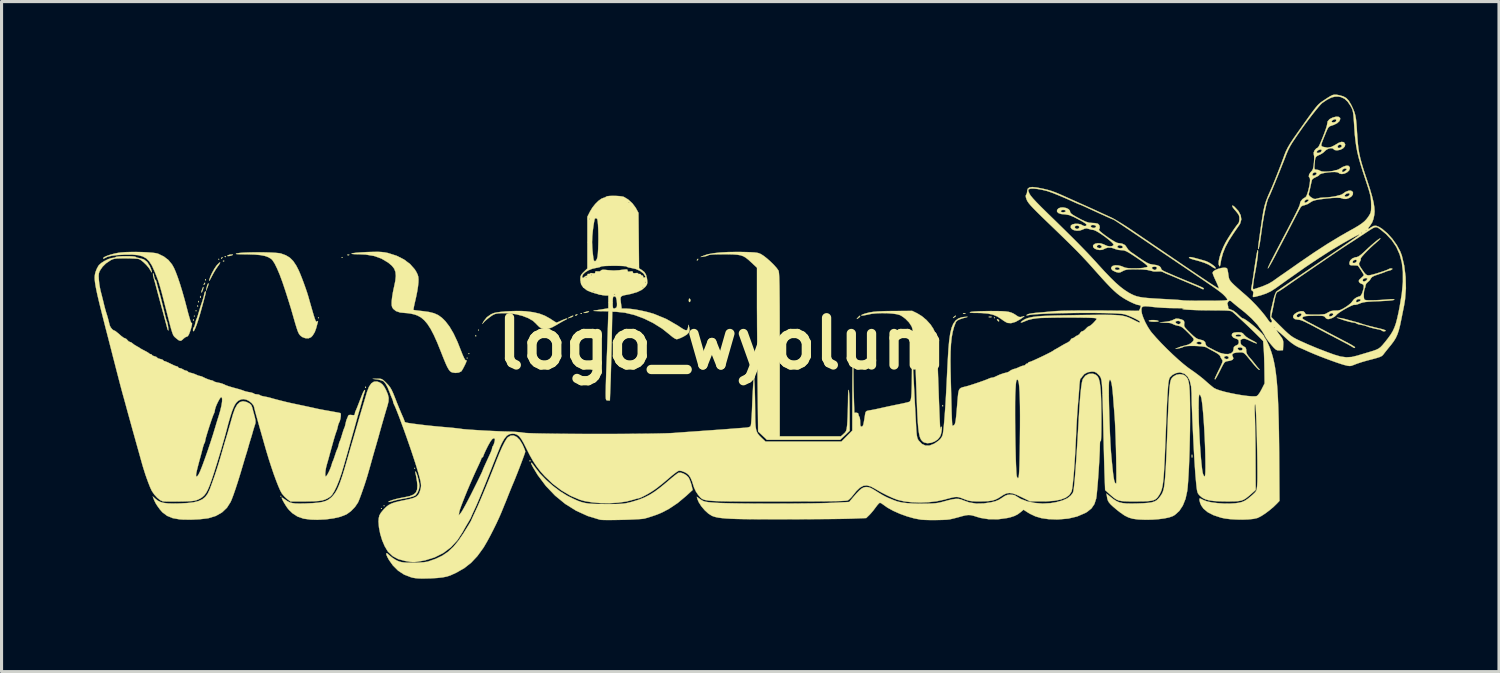
<source format=kicad_pcb>
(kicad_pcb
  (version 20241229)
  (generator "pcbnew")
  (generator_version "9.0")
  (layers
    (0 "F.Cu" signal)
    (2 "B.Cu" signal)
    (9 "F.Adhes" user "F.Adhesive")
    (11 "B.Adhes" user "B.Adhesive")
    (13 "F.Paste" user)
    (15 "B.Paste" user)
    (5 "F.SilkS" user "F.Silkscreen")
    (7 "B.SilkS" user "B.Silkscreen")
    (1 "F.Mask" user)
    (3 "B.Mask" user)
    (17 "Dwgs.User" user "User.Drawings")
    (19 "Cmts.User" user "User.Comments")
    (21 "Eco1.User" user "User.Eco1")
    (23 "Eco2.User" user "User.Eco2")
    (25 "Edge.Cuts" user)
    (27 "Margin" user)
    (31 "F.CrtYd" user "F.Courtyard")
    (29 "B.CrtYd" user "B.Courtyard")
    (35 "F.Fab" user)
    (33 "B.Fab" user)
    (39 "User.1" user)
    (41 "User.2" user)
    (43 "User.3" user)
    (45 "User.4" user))
  (footprint "logo_wyolum"
    (layer "F.Cu")
    (at 20.253 8.04)
    (property "Reference" "logo_wyolum" (at 0 0 0) (layer "F.SilkS") (effects (font (size 1.524 1.524) (thickness 0.3))))
    (attr through_hole)
    (fp_poly (pts (xy -17.018 -0.889) (xy -17.032 -0.875) (xy -17.046 -0.889) (xy -17.032 -0.903) (xy -17.018 -0.889)) (stroke (width 0.01) (type solid)) (fill yes) (layer "F.SilkS"))
    (fp_poly (pts (xy -16.962 -1.058) (xy -16.976 -1.044) (xy -16.99 -1.058) (xy -16.976 -1.072) (xy -16.962 -1.058)) (stroke (width 0.01) (type solid)) (fill yes) (layer "F.SilkS"))
    (fp_poly (pts (xy -16.228 -2.723) (xy -16.242 -2.709) (xy -16.256 -2.723) (xy -16.242 -2.738) (xy -16.228 -2.723)) (stroke (width 0.01) (type solid)) (fill yes) (layer "F.SilkS"))
    (fp_poly (pts (xy -14.224 4.925) (xy -14.238 4.939) (xy -14.252 4.925) (xy -14.238 4.911) (xy -14.224 4.925)) (stroke (width 0.01) (type solid)) (fill yes) (layer "F.SilkS"))
    (fp_poly (pts (xy -13.01 -0.833) (xy -13.025 -0.818) (xy -13.039 -0.833) (xy -13.025 -0.847) (xy -13.01 -0.833)) (stroke (width 0.01) (type solid)) (fill yes) (layer "F.SilkS"))
    (fp_poly (pts (xy -12.248 -2.78) (xy -12.263 -2.766) (xy -12.277 -2.78) (xy -12.263 -2.794) (xy -12.248 -2.78)) (stroke (width 0.01) (type solid)) (fill yes) (layer "F.SilkS"))
    (fp_poly (pts (xy -10.978 5.32) (xy -10.993 5.334) (xy -11.007 5.32) (xy -10.993 5.306) (xy -10.978 5.32)) (stroke (width 0.01) (type solid)) (fill yes) (layer "F.SilkS"))
    (fp_poly (pts (xy -10.894 5.235) (xy -10.908 5.249) (xy -10.922 5.235) (xy -10.908 5.221) (xy -10.894 5.235)) (stroke (width 0.01) (type solid)) (fill yes) (layer "F.SilkS"))
    (fp_poly (pts (xy -9.906 4.022) (xy -9.92 4.036) (xy -9.934 4.022) (xy -9.92 4.008) (xy -9.906 4.022)) (stroke (width 0.01) (type solid)) (fill yes) (layer "F.SilkS"))
    (fp_poly (pts (xy -8.213 0.466) (xy -8.227 0.48) (xy -8.241 0.466) (xy -8.227 0.452) (xy -8.213 0.466)) (stroke (width 0.01) (type solid)) (fill yes) (layer "F.SilkS"))
    (fp_poly (pts (xy -8.156 0.325) (xy -8.17 0.339) (xy -8.184 0.325) (xy -8.17 0.31) (xy -8.156 0.325)) (stroke (width 0.01) (type solid)) (fill yes) (layer "F.SilkS"))
    (fp_poly (pts (xy -7.846 -0.437) (xy -7.86 -0.423) (xy -7.874 -0.437) (xy -7.86 -0.452) (xy -7.846 -0.437)) (stroke (width 0.01) (type solid)) (fill yes) (layer "F.SilkS"))
    (fp_poly (pts (xy 8.805 -0.833) (xy 8.791 -0.818) (xy 8.777 -0.833) (xy 8.791 -0.847) (xy 8.805 -0.833)) (stroke (width 0.01) (type solid)) (fill yes) (layer "F.SilkS"))
    (fp_poly (pts (xy -17.056 -0.781) (xy -17.052 -0.747) (xy -17.056 -0.743) (xy -17.072 -0.747) (xy -17.074 -0.762) (xy -17.064 -0.785) (xy -17.056 -0.781)) (stroke (width 0.01) (type solid)) (fill yes) (layer "F.SilkS"))
    (fp_poly (pts (xy -16.915 -1.232) (xy -16.911 -1.199) (xy -16.915 -1.195) (xy -16.931 -1.199) (xy -16.933 -1.214) (xy -16.923 -1.237) (xy -16.915 -1.232)) (stroke (width 0.01) (type solid)) (fill yes) (layer "F.SilkS"))
    (fp_poly (pts (xy -16.886 -1.373) (xy -16.883 -1.34) (xy -16.886 -1.336) (xy -16.903 -1.34) (xy -16.905 -1.355) (xy -16.895 -1.378) (xy -16.886 -1.373)) (stroke (width 0.01) (type solid)) (fill yes) (layer "F.SilkS"))
    (fp_poly (pts (xy -16.829 -1.529) (xy -16.826 -1.485) (xy -16.832 -1.475) (xy -16.844 -1.484) (xy -16.846 -1.512) (xy -16.84 -1.542) (xy -16.829 -1.529)) (stroke (width 0.01) (type solid)) (fill yes) (layer "F.SilkS"))
    (fp_poly (pts (xy -16.661 -2.079) (xy -16.657 -2.046) (xy -16.661 -2.041) (xy -16.677 -2.045) (xy -16.679 -2.06) (xy -16.669 -2.083) (xy -16.661 -2.079)) (stroke (width 0.01) (type solid)) (fill yes) (layer "F.SilkS"))
    (fp_poly (pts (xy -16.068 -2.672) (xy -16.072 -2.655) (xy -16.087 -2.653) (xy -16.11 -2.663) (xy -16.105 -2.672) (xy -16.072 -2.675) (xy -16.068 -2.672)) (stroke (width 0.01) (type solid)) (fill yes) (layer "F.SilkS"))
    (fp_poly (pts (xy -16.011 -2.813) (xy -16.015 -2.796) (xy -16.03 -2.794) (xy -16.053 -2.804) (xy -16.049 -2.813) (xy -16.016 -2.816) (xy -16.011 -2.813)) (stroke (width 0.01) (type solid)) (fill yes) (layer "F.SilkS"))
    (fp_poly (pts (xy -12.03 -2.867) (xy -12.039 -2.855) (xy -12.067 -2.853) (xy -12.097 -2.86) (xy -12.084 -2.87) (xy -12.04 -2.873) (xy -12.03 -2.867)) (stroke (width 0.01) (type solid)) (fill yes) (layer "F.SilkS"))
    (fp_poly (pts (xy -11.496 1.392) (xy -11.492 1.426) (xy -11.496 1.43) (xy -11.513 1.426) (xy -11.515 1.411) (xy -11.504 1.388) (xy -11.496 1.392)) (stroke (width 0.01) (type solid)) (fill yes) (layer "F.SilkS"))
    (fp_poly (pts (xy -7.94 -0.273) (xy -7.936 -0.239) (xy -7.94 -0.235) (xy -7.957 -0.239) (xy -7.959 -0.254) (xy -7.948 -0.277) (xy -7.94 -0.273)) (stroke (width 0.01) (type solid)) (fill yes) (layer "F.SilkS"))
    (fp_poly (pts (xy -6.19 3.763) (xy -6.187 3.796) (xy -6.19 3.801) (xy -6.207 3.797) (xy -6.209 3.782) (xy -6.199 3.759) (xy -6.19 3.763)) (stroke (width 0.01) (type solid)) (fill yes) (layer "F.SilkS"))
    (fp_poly (pts (xy -4.525 -0.978) (xy -4.529 -0.962) (xy -4.544 -0.96) (xy -4.567 -0.97) (xy -4.563 -0.978) (xy -4.529 -0.982) (xy -4.525 -0.978)) (stroke (width 0.01) (type solid)) (fill yes) (layer "F.SilkS"))
    (fp_poly (pts (xy 7.131 1.985) (xy 7.134 2.018) (xy 7.131 2.023) (xy 7.114 2.019) (xy 7.112 2.004) (xy 7.122 1.981) (xy 7.131 1.985)) (stroke (width 0.01) (type solid)) (fill yes) (layer "F.SilkS"))
    (fp_poly (pts (xy 7.853 -0.978) (xy 7.856 -0.968) (xy 7.818 -0.964) (xy 7.777 -0.968) (xy 7.782 -0.978) (xy 7.84 -0.982) (xy 7.853 -0.978)) (stroke (width 0.01) (type solid)) (fill yes) (layer "F.SilkS"))
    (fp_poly (pts (xy -16.688 -1.932) (xy -16.704 -1.912) (xy -16.728 -1.894) (xy -16.722 -1.922) (xy -16.72 -1.927) (xy -16.697 -1.962) (xy -16.685 -1.962) (xy -16.688 -1.932)) (stroke (width 0.01) (type solid)) (fill yes) (layer "F.SilkS"))
    (fp_poly (pts (xy -4.671 -0.931) (xy -4.701 -0.908) (xy -4.734 -0.904) (xy -4.741 -0.914) (xy -4.719 -0.932) (xy -4.698 -0.942) (xy -4.668 -0.944) (xy -4.671 -0.931)) (stroke (width 0.01) (type solid)) (fill yes) (layer "F.SilkS"))
    (fp_poly (pts (xy 7.537 -0.878) (xy 7.499 -0.85) (xy 7.456 -0.825) (xy 7.459 -0.834) (xy 7.485 -0.863) (xy 7.527 -0.897) (xy 7.547 -0.9) (xy 7.537 -0.878)) (stroke (width 0.01) (type solid)) (fill yes) (layer "F.SilkS"))
    (fp_poly (pts (xy 8.922 -0.773) (xy 8.944 -0.738) (xy 8.939 -0.717) (xy 8.914 -0.725) (xy 8.891 -0.747) (xy 8.872 -0.783) (xy 8.885 -0.79) (xy 8.922 -0.773)) (stroke (width 0.01) (type solid)) (fill yes) (layer "F.SilkS"))
    (fp_poly (pts (xy -16.124 -2.776) (xy -16.129 -2.766) (xy -16.156 -2.739) (xy -16.161 -2.738) (xy -16.162 -2.756) (xy -16.157 -2.766) (xy -16.131 -2.793) (xy -16.126 -2.794) (xy -16.124 -2.776)) (stroke (width 0.01) (type solid)) (fill yes) (layer "F.SilkS"))
    (fp_poly (pts (xy -4.801 -0.893) (xy -4.813 -0.878) (xy -4.86 -0.852) (xy -4.911 -0.835) (xy -4.981 -0.816) (xy -4.911 -0.859) (xy -4.85 -0.89) (xy -4.809 -0.902) (xy -4.801 -0.893)) (stroke (width 0.01) (type solid)) (fill yes) (layer "F.SilkS"))
    (fp_poly (pts (xy -1.018 -1.412) (xy -1.016 -1.397) (xy -1.034 -1.35) (xy -1.044 -1.341) (xy -1.065 -1.351) (xy -1.072 -1.397) (xy -1.064 -1.446) (xy -1.044 -1.453) (xy -1.018 -1.412)) (stroke (width 0.01) (type solid)) (fill yes) (layer "F.SilkS"))
    (fp_poly (pts (xy -0.771 -2.719) (xy -0.776 -2.709) (xy -0.803 -2.682) (xy -0.808 -2.681) (xy -0.81 -2.699) (xy -0.804 -2.709) (xy -0.778 -2.736) (xy -0.773 -2.738) (xy -0.771 -2.719)) (stroke (width 0.01) (type solid)) (fill yes) (layer "F.SilkS"))
    (fp_poly (pts (xy 4.459 -0.882) (xy 4.438 -0.853) (xy 4.396 -0.821) (xy 4.353 -0.796) (xy 4.351 -0.803) (xy 4.386 -0.843) (xy 4.434 -0.892) (xy 4.455 -0.9) (xy 4.459 -0.882)) (stroke (width 0.01) (type solid)) (fill yes) (layer "F.SilkS"))
    (fp_poly (pts (xy 8.7 -0.865) (xy 8.701 -0.856) (xy 8.657 -0.852) (xy 8.65 -0.852) (xy 8.606 -0.856) (xy 8.611 -0.865) (xy 8.615 -0.866) (xy 8.677 -0.87) (xy 8.7 -0.865)) (stroke (width 0.01) (type solid)) (fill yes) (layer "F.SilkS"))
    (fp_poly (pts (xy 15.173 3.587) (xy 15.175 3.592) (xy 15.179 3.653) (xy 15.174 3.676) (xy 15.165 3.677) (xy 15.161 3.633) (xy 15.161 3.627) (xy 15.165 3.583) (xy 15.173 3.587)) (stroke (width 0.01) (type solid)) (fill yes) (layer "F.SilkS"))
    (fp_poly (pts (xy -16.738 -1.818) (xy -16.748 -1.764) (xy -16.771 -1.695) (xy -16.795 -1.652) (xy -16.805 -1.656) (xy -16.795 -1.702) (xy -16.789 -1.722) (xy -16.76 -1.799) (xy -16.742 -1.832) (xy -16.738 -1.818)) (stroke (width 0.01) (type solid)) (fill yes) (layer "F.SilkS"))
    (fp_poly (pts (xy -16.575 -1.906) (xy -16.604 -1.823) (xy -16.611 -1.806) (xy -16.651 -1.707) (xy -16.634 -1.806) (xy -16.616 -1.88) (xy -16.594 -1.929) (xy -16.592 -1.932) (xy -16.571 -1.943) (xy -16.575 -1.906)) (stroke (width 0.01) (type solid)) (fill yes) (layer "F.SilkS"))
    (fp_poly (pts (xy -4.29 -1.039) (xy -4.311 -1.021) (xy -4.318 -1.016) (xy -4.382 -0.993) (xy -4.417 -0.99) (xy -4.473 -0.992) (xy -4.417 -1.016) (xy -4.351 -1.037) (xy -4.318 -1.042) (xy -4.29 -1.039)) (stroke (width 0.01) (type solid)) (fill yes) (layer "F.SilkS"))
    (fp_poly (pts (xy -15.786 -2.873) (xy -15.791 -2.863) (xy -15.819 -2.85) (xy -15.893 -2.829) (xy -15.931 -2.825) (xy -15.968 -2.828) (xy -15.953 -2.845) (xy -15.946 -2.85) (xy -15.885 -2.871) (xy -15.833 -2.876) (xy -15.786 -2.873)) (stroke (width 0.01) (type solid)) (fill yes) (layer "F.SilkS"))
    (fp_poly (pts (xy 14.017 -0.753) (xy 14.074 -0.738) (xy 14.083 -0.734) (xy 14.089 -0.718) (xy 14.046 -0.709) (xy 13.95 -0.706) (xy 13.949 -0.706) (xy 13.856 -0.71) (xy 13.792 -0.721) (xy 13.772 -0.734) (xy 13.797 -0.751) (xy 13.859 -0.759) (xy 13.938 -0.76) (xy 14.017 -0.753)) (stroke (width 0.01) (type solid)) (fill yes) (layer "F.SilkS"))
    (fp_poly (pts (xy -16.201 -2.603) (xy -16.236 -2.544) (xy -16.275 -2.491) (xy -16.341 -2.394) (xy -16.413 -2.273) (xy -16.474 -2.159) (xy -16.515 -2.079) (xy -16.543 -2.035) (xy -16.553 -2.033) (xy -16.552 -2.045) (xy -16.517 -2.155) (xy -16.457 -2.285) (xy -16.386 -2.413) (xy -16.315 -2.517) (xy -16.301 -2.533) (xy -16.235 -2.6) (xy -16.201 -2.623) (xy -16.201 -2.603)) (stroke (width 0.01) (type solid)) (fill yes) (layer "F.SilkS"))
    (fp_poly (pts (xy 15.172 -2.785) (xy 15.267 -2.762) (xy 15.392 -2.728) (xy 15.536 -2.687) (xy 15.621 -2.661) (xy 15.699 -2.626) (xy 15.79 -2.572) (xy 15.873 -2.512) (xy 15.914 -2.473) (xy 15.935 -2.436) (xy 15.918 -2.426) (xy 15.873 -2.443) (xy 15.81 -2.483) (xy 15.793 -2.496) (xy 15.7 -2.553) (xy 15.559 -2.612) (xy 15.377 -2.67) (xy 15.219 -2.712) (xy 15.133 -2.738) (xy 15.081 -2.764) (xy 15.07 -2.784) (xy 15.105 -2.793) (xy 15.12 -2.793) (xy 15.172 -2.785)) (stroke (width 0.01) (type solid)) (fill yes) (layer "F.SilkS"))
    (fp_poly (pts (xy -16.661 -1.678) (xy -16.662 -1.653) (xy -16.672 -1.603) (xy -16.692 -1.521) (xy -16.724 -1.401) (xy -16.768 -1.236) (xy -16.795 -1.139) (xy -16.853 -0.932) (xy -16.908 -0.753) (xy -16.958 -0.606) (xy -17.002 -0.494) (xy -17.036 -0.423) (xy -17.061 -0.397) (xy -17.073 -0.419) (xy -17.074 -0.444) (xy -17.064 -0.5) (xy -17.049 -0.52) (xy -17.028 -0.556) (xy -17.008 -0.624) (xy -17.005 -0.638) (xy -16.986 -0.72) (xy -16.965 -0.782) (xy -16.962 -0.787) (xy -16.942 -0.837) (xy -16.914 -0.922) (xy -16.89 -1.002) (xy -16.86 -1.102) (xy -16.835 -1.186) (xy -16.821 -1.228) (xy -16.775 -1.363) (xy -16.739 -1.483) (xy -16.715 -1.573) (xy -16.708 -1.618) (xy -16.691 -1.668) (xy -16.678 -1.68) (xy -16.667 -1.685) (xy -16.661 -1.678)) (stroke (width 0.01) (type solid)) (fill yes) (layer "F.SilkS"))
    (fp_poly (pts (xy -9.886 4.135) (xy -9.861 4.181) (xy -9.832 4.265) (xy -9.803 4.37) (xy -9.78 4.475) (xy -9.766 4.565) (xy -9.765 4.594) (xy -9.782 4.698) (xy -9.824 4.803) (xy -9.882 4.884) (xy -9.91 4.907) (xy -9.985 4.938) (xy -10.116 4.972) (xy -10.301 5.009) (xy -10.386 5.023) (xy -10.495 5.046) (xy -10.614 5.078) (xy -10.647 5.088) (xy -10.72 5.108) (xy -10.761 5.112) (xy -10.766 5.106) (xy -10.727 5.081) (xy -10.644 5.051) (xy -10.53 5.018) (xy -10.396 4.987) (xy -10.259 4.961) (xy -10.084 4.924) (xy -9.959 4.873) (xy -9.879 4.802) (xy -9.839 4.705) (xy -9.832 4.574) (xy -9.843 4.461) (xy -9.861 4.347) (xy -9.879 4.247) (xy -9.893 4.18) (xy -9.894 4.177) (xy -9.902 4.131) (xy -9.886 4.135)) (stroke (width 0.01) (type solid)) (fill yes) (layer "F.SilkS"))
    (fp_poly (pts (xy 8.863 -1.05) (xy 9.028 -1.047) (xy 9.156 -1.039) (xy 9.256 -1.024) (xy 9.337 -1.001) (xy 9.408 -0.969) (xy 9.48 -0.924) (xy 9.519 -0.897) (xy 9.576 -0.864) (xy 9.631 -0.856) (xy 9.704 -0.873) (xy 9.751 -0.889) (xy 9.757 -0.884) (xy 9.723 -0.855) (xy 9.656 -0.807) (xy 9.635 -0.792) (xy 9.472 -0.701) (xy 9.329 -0.66) (xy 9.215 -0.668) (xy 9.163 -0.693) (xy 9.085 -0.741) (xy 9.017 -0.79) (xy 8.888 -0.874) (xy 8.749 -0.932) (xy 8.587 -0.969) (xy 8.389 -0.986) (xy 8.257 -0.99) (xy 8.122 -0.991) (xy 8.037 -0.996) (xy 7.999 -1.003) (xy 8.003 -1.014) (xy 8.015 -1.02) (xy 8.065 -1.029) (xy 8.161 -1.037) (xy 8.294 -1.044) (xy 8.454 -1.048) (xy 8.631 -1.05) (xy 8.65 -1.051) (xy 8.863 -1.05)) (stroke (width 0.01) (type solid)) (fill yes) (layer "F.SilkS"))
    (fp_poly (pts (xy 16.509 -4.441) (xy 16.542 -4.414) (xy 16.667 -4.279) (xy 16.74 -4.142) (xy 16.76 -4.008) (xy 16.725 -3.88) (xy 16.699 -3.835) (xy 16.65 -3.764) (xy 16.583 -3.667) (xy 16.512 -3.563) (xy 16.505 -3.553) (xy 16.358 -3.325) (xy 16.247 -3.119) (xy 16.167 -2.919) (xy 16.111 -2.711) (xy 16.08 -2.53) (xy 16.065 -2.497) (xy 16.051 -2.5) (xy 16.028 -2.56) (xy 16.032 -2.661) (xy 16.06 -2.793) (xy 16.11 -2.948) (xy 16.18 -3.119) (xy 16.248 -3.257) (xy 16.293 -3.336) (xy 16.355 -3.436) (xy 16.426 -3.547) (xy 16.499 -3.657) (xy 16.567 -3.754) (xy 16.621 -3.828) (xy 16.654 -3.867) (xy 16.657 -3.869) (xy 16.683 -3.913) (xy 16.697 -3.99) (xy 16.698 -4.074) (xy 16.683 -4.142) (xy 16.68 -4.147) (xy 16.642 -4.205) (xy 16.581 -4.281) (xy 16.546 -4.321) (xy 16.491 -4.39) (xy 16.467 -4.438) (xy 16.473 -4.457) (xy 16.509 -4.441)) (stroke (width 0.01) (type solid)) (fill yes) (layer "F.SilkS"))
    (fp_poly (pts (xy -18.353 -2.263) (xy -18.339 -2.215) (xy -18.332 -2.18) (xy -18.315 -2.107) (xy -18.296 -2.065) (xy -18.289 -2.06) (xy -18.268 -2.036) (xy -18.252 -1.983) (xy -18.235 -1.912) (xy -18.208 -1.813) (xy -18.19 -1.75) (xy -18.155 -1.629) (xy -18.118 -1.494) (xy -18.101 -1.425) (xy -18.073 -1.315) (xy -18.047 -1.211) (xy -18.033 -1.157) (xy -18.011 -1.071) (xy -17.985 -0.962) (xy -17.971 -0.903) (xy -17.948 -0.813) (xy -17.927 -0.744) (xy -17.917 -0.72) (xy -17.902 -0.679) (xy -17.887 -0.609) (xy -17.875 -0.531) (xy -17.868 -0.464) (xy -17.87 -0.426) (xy -17.872 -0.423) (xy -17.889 -0.447) (xy -17.902 -0.487) (xy -17.914 -0.535) (xy -17.939 -0.627) (xy -17.972 -0.751) (xy -18.011 -0.896) (xy -18.032 -0.974) (xy -18.081 -1.153) (xy -18.133 -1.345) (xy -18.183 -1.529) (xy -18.224 -1.683) (xy -18.23 -1.707) (xy -18.267 -1.844) (xy -18.301 -1.972) (xy -18.33 -2.075) (xy -18.344 -2.125) (xy -18.362 -2.202) (xy -18.366 -2.259) (xy -18.365 -2.267) (xy -18.353 -2.263)) (stroke (width 0.01) (type solid)) (fill yes) (layer "F.SilkS"))
    (fp_poly (pts (xy 19.88 -0.835) (xy 19.911 -0.832) (xy 20.005 -0.817) (xy 20.119 -0.791) (xy 20.179 -0.774) (xy 20.29 -0.743) (xy 20.4 -0.713) (xy 20.447 -0.701) (xy 20.534 -0.677) (xy 20.606 -0.653) (xy 20.616 -0.649) (xy 20.678 -0.628) (xy 20.766 -0.602) (xy 20.8 -0.593) (xy 20.903 -0.566) (xy 21.004 -0.541) (xy 21.026 -0.535) (xy 21.113 -0.513) (xy 21.222 -0.487) (xy 21.273 -0.475) (xy 21.355 -0.452) (xy 21.408 -0.43) (xy 21.421 -0.418) (xy 21.398 -0.399) (xy 21.351 -0.397) (xy 21.307 -0.41) (xy 21.296 -0.42) (xy 21.259 -0.442) (xy 21.193 -0.459) (xy 21.188 -0.46) (xy 21.082 -0.48) (xy 20.969 -0.508) (xy 20.868 -0.537) (xy 20.8 -0.562) (xy 20.797 -0.564) (xy 20.742 -0.583) (xy 20.658 -0.601) (xy 20.62 -0.608) (xy 20.539 -0.624) (xy 20.484 -0.644) (xy 20.473 -0.652) (xy 20.436 -0.673) (xy 20.398 -0.677) (xy 20.338 -0.686) (xy 20.244 -0.707) (xy 20.136 -0.736) (xy 20.033 -0.768) (xy 19.967 -0.792) (xy 19.892 -0.819) (xy 19.854 -0.83) (xy 19.843 -0.836) (xy 19.88 -0.835)) (stroke (width 0.01) (type solid)) (fill yes) (layer "F.SilkS"))
    (fp_poly (pts (xy -6.46 -1.051) (xy -6.333 -1.044) (xy -6.094 -1.013) (xy -5.894 -0.967) (xy -5.718 -0.9) (xy -5.552 -0.808) (xy -5.508 -0.779) (xy -5.428 -0.727) (xy -5.367 -0.69) (xy -5.341 -0.677) (xy -5.309 -0.689) (xy -5.242 -0.717) (xy -5.172 -0.75) (xy -5.088 -0.786) (xy -5.026 -0.806) (xy -5.003 -0.807) (xy -5.012 -0.787) (xy -5.041 -0.772) (xy -5.088 -0.749) (xy -5.169 -0.705) (xy -5.27 -0.646) (xy -5.321 -0.615) (xy -5.479 -0.528) (xy -5.605 -0.478) (xy -5.71 -0.463) (xy -5.803 -0.48) (xy -5.828 -0.491) (xy -5.898 -0.538) (xy -5.973 -0.61) (xy -5.994 -0.636) (xy -6.102 -0.736) (xy -6.254 -0.823) (xy -6.44 -0.895) (xy -6.649 -0.948) (xy -6.87 -0.979) (xy -7.083 -0.983) (xy -7.206 -0.977) (xy -7.292 -0.966) (xy -7.356 -0.945) (xy -7.419 -0.91) (xy -7.469 -0.875) (xy -7.557 -0.808) (xy -7.636 -0.741) (xy -7.672 -0.706) (xy -7.737 -0.635) (xy -7.686 -0.73) (xy -7.59 -0.851) (xy -7.455 -0.947) (xy -7.366 -0.985) (xy -7.275 -1.006) (xy -7.141 -1.024) (xy -6.978 -1.039) (xy -6.801 -1.048) (xy -6.624 -1.053) (xy -6.46 -1.051)) (stroke (width 0.01) (type solid)) (fill yes) (layer "F.SilkS"))
    (fp_poly (pts (xy -6.11 3.887) (xy -6.045 3.975) (xy -6.04 3.984) (xy -5.882 4.186) (xy -5.685 4.391) (xy -5.463 4.588) (xy -5.229 4.765) (xy -4.999 4.908) (xy -4.938 4.939) (xy -4.785 5.014) (xy -4.656 5.072) (xy -4.539 5.114) (xy -4.423 5.143) (xy -4.296 5.162) (xy -4.147 5.172) (xy -3.964 5.177) (xy -3.754 5.178) (xy -3.555 5.178) (xy -3.403 5.176) (xy -3.284 5.172) (xy -3.187 5.164) (xy -3.102 5.152) (xy -3.017 5.133) (xy -2.921 5.109) (xy -2.879 5.097) (xy -2.682 5.036) (xy -2.505 4.966) (xy -2.338 4.881) (xy -2.168 4.774) (xy -1.986 4.638) (xy -1.779 4.468) (xy -1.736 4.43) (xy -1.626 4.337) (xy -1.529 4.258) (xy -1.452 4.2) (xy -1.407 4.17) (xy -1.403 4.168) (xy -1.329 4.166) (xy -1.237 4.197) (xy -1.149 4.251) (xy -1.082 4.319) (xy -1.076 4.328) (xy -1.038 4.408) (xy -1.001 4.513) (xy -0.985 4.569) (xy -0.947 4.722) (xy -1.158 4.917) (xy -1.43 5.144) (xy -1.713 5.333) (xy -1.926 5.445) (xy -2.01 5.482) (xy -2.09 5.515) (xy -2.178 5.546) (xy -2.289 5.583) (xy -2.436 5.628) (xy -2.498 5.646) (xy -2.555 5.655) (xy -2.658 5.664) (xy -2.797 5.672) (xy -2.961 5.68) (xy -3.14 5.686) (xy -3.324 5.69) (xy -3.501 5.693) (xy -3.662 5.694) (xy -3.796 5.693) (xy -3.893 5.689) (xy -3.937 5.684) (xy -4.333 5.564) (xy -4.709 5.393) (xy -5.061 5.173) (xy -5.387 4.906) (xy -5.683 4.596) (xy -5.946 4.245) (xy -6.095 4) (xy -6.145 3.904) (xy -6.163 3.852) (xy -6.15 3.846) (xy -6.11 3.887)) (stroke (width 0.01) (type solid)) (fill yes) (layer "F.SilkS"))
    (fp_poly (pts (xy -18.722 -2.954) (xy -18.548 -2.946) (xy -18.396 -2.935) (xy -18.277 -2.92) (xy -18.203 -2.902) (xy -18.014 -2.81) (xy -17.867 -2.697) (xy -17.751 -2.555) (xy -17.687 -2.441) (xy -17.63 -2.31) (xy -17.564 -2.134) (xy -17.492 -1.92) (xy -17.418 -1.678) (xy -17.344 -1.418) (xy -17.273 -1.149) (xy -17.27 -1.138) (xy -17.23 -0.983) (xy -17.192 -0.85) (xy -17.161 -0.747) (xy -17.137 -0.684) (xy -17.125 -0.667) (xy -17.105 -0.661) (xy -17.109 -0.605) (xy -17.135 -0.499) (xy -17.163 -0.41) (xy -17.204 -0.3) (xy -17.241 -0.241) (xy -17.271 -0.226) (xy -17.322 -0.206) (xy -17.381 -0.159) (xy -17.385 -0.155) (xy -17.441 -0.104) (xy -17.489 -0.09) (xy -17.545 -0.114) (xy -17.622 -0.176) (xy -17.65 -0.2) (xy -17.673 -0.221) (xy -17.693 -0.246) (xy -17.713 -0.279) (xy -17.733 -0.326) (xy -17.755 -0.393) (xy -17.783 -0.485) (xy -17.816 -0.608) (xy -17.858 -0.768) (xy -17.909 -0.969) (xy -17.973 -1.218) (xy -17.993 -1.298) (xy -18.049 -1.516) (xy -18.095 -1.691) (xy -18.135 -1.832) (xy -18.171 -1.952) (xy -18.208 -2.061) (xy -18.249 -2.17) (xy -18.297 -2.29) (xy -18.322 -2.349) (xy -18.401 -2.522) (xy -18.486 -2.655) (xy -18.582 -2.751) (xy -18.701 -2.816) (xy -18.848 -2.855) (xy -19.034 -2.872) (xy -19.267 -2.871) (xy -19.267 -2.871) (xy -19.507 -2.858) (xy -19.697 -2.835) (xy -19.834 -2.802) (xy -19.917 -2.76) (xy -19.958 -2.743) (xy -19.972 -2.747) (xy -19.966 -2.772) (xy -19.916 -2.804) (xy -19.831 -2.84) (xy -19.723 -2.875) (xy -19.603 -2.907) (xy -19.481 -2.931) (xy -19.406 -2.941) (xy -19.26 -2.952) (xy -19.089 -2.957) (xy -18.906 -2.958) (xy -18.722 -2.954)) (stroke (width 0.01) (type solid)) (fill yes) (layer "F.SilkS"))
    (fp_poly (pts (xy -14.727 -2.944) (xy -14.554 -2.939) (xy -14.405 -2.93) (xy -14.292 -2.919) (xy -14.238 -2.909) (xy -14.078 -2.851) (xy -13.949 -2.773) (xy -13.841 -2.666) (xy -13.742 -2.519) (xy -13.666 -2.371) (xy -13.618 -2.261) (xy -13.56 -2.116) (xy -13.498 -1.952) (xy -13.439 -1.786) (xy -13.388 -1.636) (xy -13.352 -1.519) (xy -13.349 -1.51) (xy -13.333 -1.452) (xy -13.305 -1.352) (xy -13.268 -1.224) (xy -13.227 -1.081) (xy -13.219 -1.053) (xy -13.175 -0.903) (xy -13.142 -0.801) (xy -13.117 -0.739) (xy -13.097 -0.711) (xy -13.078 -0.709) (xy -13.07 -0.714) (xy -13.043 -0.731) (xy -13.042 -0.706) (xy -13.05 -0.677) (xy -13.071 -0.602) (xy -13.095 -0.51) (xy -13.098 -0.499) (xy -13.145 -0.37) (xy -13.213 -0.259) (xy -13.264 -0.206) (xy -13.347 -0.171) (xy -13.449 -0.175) (xy -13.549 -0.213) (xy -13.595 -0.247) (xy -13.625 -0.277) (xy -13.651 -0.312) (xy -13.675 -0.358) (xy -13.702 -0.425) (xy -13.733 -0.519) (xy -13.773 -0.649) (xy -13.823 -0.822) (xy -13.846 -0.903) (xy -13.876 -1.007) (xy -13.903 -1.102) (xy -13.915 -1.143) (xy -13.932 -1.197) (xy -13.962 -1.294) (xy -14.003 -1.424) (xy -14.051 -1.576) (xy -14.093 -1.707) (xy -14.186 -1.984) (xy -14.275 -2.225) (xy -14.36 -2.425) (xy -14.437 -2.581) (xy -14.506 -2.688) (xy -14.548 -2.732) (xy -14.638 -2.787) (xy -14.752 -2.829) (xy -14.898 -2.857) (xy -15.085 -2.874) (xy -15.318 -2.881) (xy -15.343 -2.882) (xy -15.502 -2.883) (xy -15.609 -2.886) (xy -15.67 -2.89) (xy -15.69 -2.897) (xy -15.673 -2.907) (xy -15.649 -2.913) (xy -15.567 -2.926) (xy -15.441 -2.936) (xy -15.283 -2.942) (xy -15.104 -2.946) (xy -14.914 -2.947) (xy -14.727 -2.944)) (stroke (width 0.01) (type solid)) (fill yes) (layer "F.SilkS"))
    (fp_poly (pts (xy -15.349 1.883) (xy -15.332 1.891) (xy -15.246 1.935) (xy -15.196 1.983) (xy -15.165 2.055) (xy -15.153 2.099) (xy -15.133 2.176) (xy -15.105 2.279) (xy -15.085 2.353) (xy -15.058 2.474) (xy -15.057 2.559) (xy -15.066 2.593) (xy -15.088 2.661) (xy -15.118 2.758) (xy -15.141 2.836) (xy -15.17 2.939) (xy -15.197 3.03) (xy -15.212 3.076) (xy -15.232 3.142) (xy -15.261 3.237) (xy -15.283 3.316) (xy -15.312 3.419) (xy -15.339 3.51) (xy -15.354 3.556) (xy -15.373 3.617) (xy -15.402 3.713) (xy -15.435 3.824) (xy -15.439 3.838) (xy -15.533 4.155) (xy -15.62 4.437) (xy -15.699 4.68) (xy -15.768 4.88) (xy -15.826 5.033) (xy -15.861 5.113) (xy -15.979 5.298) (xy -16.139 5.449) (xy -16.336 5.561) (xy -16.562 5.631) (xy -16.609 5.64) (xy -16.867 5.67) (xy -17.141 5.683) (xy -17.403 5.679) (xy -17.505 5.672) (xy -17.727 5.633) (xy -17.909 5.559) (xy -18.058 5.448) (xy -18.14 5.355) (xy -18.223 5.241) (xy -18.28 5.151) (xy -18.323 5.062) (xy -18.345 5.008) (xy -18.374 4.932) (xy -18.279 5.015) (xy -18.204 5.072) (xy -18.119 5.113) (xy -18.015 5.141) (xy -17.884 5.156) (xy -17.715 5.161) (xy -17.508 5.158) (xy -17.258 5.145) (xy -17.056 5.121) (xy -16.896 5.082) (xy -16.771 5.024) (xy -16.674 4.945) (xy -16.598 4.841) (xy -16.536 4.708) (xy -16.526 4.684) (xy -16.444 4.458) (xy -16.373 4.258) (xy -16.31 4.068) (xy -16.248 3.873) (xy -16.184 3.657) (xy -16.111 3.404) (xy -16.102 3.373) (xy -16.072 3.27) (xy -16.046 3.179) (xy -16.032 3.133) (xy -16.009 3.059) (xy -15.984 2.975) (xy -15.954 2.875) (xy -15.918 2.748) (xy -15.872 2.588) (xy -15.814 2.385) (xy -15.786 2.286) (xy -15.72 2.099) (xy -15.646 1.967) (xy -15.56 1.888) (xy -15.462 1.86) (xy -15.349 1.883)) (stroke (width 0.01) (type solid)) (fill yes) (layer "F.SilkS"))
    (fp_poly (pts (xy 6.303 -0.976) (xy 6.452 -0.884) (xy 6.6 -0.759) (xy 6.729 -0.617) (xy 6.822 -0.476) (xy 6.823 -0.472) (xy 6.846 -0.422) (xy 6.866 -0.365) (xy 6.883 -0.297) (xy 6.898 -0.212) (xy 6.912 -0.106) (xy 6.924 0.025) (xy 6.935 0.186) (xy 6.946 0.383) (xy 6.957 0.62) (xy 6.968 0.901) (xy 6.98 1.231) (xy 6.987 1.425) (xy 6.996 1.693) (xy 7.005 1.944) (xy 7.014 2.171) (xy 7.022 2.369) (xy 7.03 2.533) (xy 7.036 2.657) (xy 7.041 2.736) (xy 7.044 2.763) (xy 7.054 2.751) (xy 7.056 2.728) (xy 7.068 2.688) (xy 7.081 2.681) (xy 7.094 2.705) (xy 7.094 2.766) (xy 7.083 2.847) (xy 7.063 2.931) (xy 7.038 2.996) (xy 6.967 3.088) (xy 6.864 3.158) (xy 6.746 3.202) (xy 6.627 3.215) (xy 6.525 3.191) (xy 6.498 3.175) (xy 6.463 3.146) (xy 6.432 3.111) (xy 6.406 3.066) (xy 6.383 3.006) (xy 6.364 2.926) (xy 6.347 2.824) (xy 6.332 2.693) (xy 6.319 2.53) (xy 6.307 2.33) (xy 6.296 2.089) (xy 6.285 1.802) (xy 6.273 1.466) (xy 6.266 1.284) (xy 6.253 0.899) (xy 6.239 0.567) (xy 6.224 0.284) (xy 6.209 0.048) (xy 6.193 -0.146) (xy 6.176 -0.301) (xy 6.157 -0.42) (xy 6.137 -0.507) (xy 6.118 -0.557) (xy 6.037 -0.682) (xy 5.921 -0.801) (xy 5.791 -0.895) (xy 5.733 -0.924) (xy 5.637 -0.95) (xy 5.5 -0.969) (xy 5.337 -0.981) (xy 5.163 -0.984) (xy 4.994 -0.978) (xy 4.844 -0.964) (xy 4.761 -0.948) (xy 4.657 -0.926) (xy 4.571 -0.91) (xy 4.521 -0.904) (xy 4.492 -0.911) (xy 4.511 -0.929) (xy 4.568 -0.953) (xy 4.656 -0.98) (xy 4.766 -1.007) (xy 4.878 -1.025) (xy 5.034 -1.039) (xy 5.238 -1.048) (xy 5.493 -1.052) (xy 5.546 -1.052) (xy 6.138 -1.056) (xy 6.303 -0.976)) (stroke (width 0.01) (type solid)) (fill yes) (layer "F.SilkS"))
    (fp_poly (pts (xy 14.887 1.004) (xy 14.948 1.038) (xy 14.988 1.076) (xy 15.021 1.123) (xy 15.047 1.185) (xy 15.067 1.267) (xy 15.082 1.377) (xy 15.093 1.518) (xy 15.1 1.698) (xy 15.104 1.922) (xy 15.106 2.196) (xy 15.106 2.243) (xy 15.106 2.527) (xy 15.103 2.826) (xy 15.097 3.13) (xy 15.09 3.432) (xy 15.08 3.725) (xy 15.069 4) (xy 15.056 4.249) (xy 15.042 4.465) (xy 15.028 4.64) (xy 15.015 4.754) (xy 14.96 5.009) (xy 14.873 5.226) (xy 14.759 5.4) (xy 14.617 5.528) (xy 14.549 5.568) (xy 14.433 5.609) (xy 14.275 5.642) (xy 14.085 5.667) (xy 13.877 5.682) (xy 13.662 5.685) (xy 13.455 5.677) (xy 13.4 5.672) (xy 13.251 5.651) (xy 13.121 5.612) (xy 12.996 5.55) (xy 12.859 5.456) (xy 12.756 5.376) (xy 12.632 5.272) (xy 12.545 5.191) (xy 12.488 5.125) (xy 12.454 5.064) (xy 12.434 4.998) (xy 12.429 4.967) (xy 12.408 4.84) (xy 12.539 4.947) (xy 12.64 5.026) (xy 12.732 5.083) (xy 12.824 5.123) (xy 12.929 5.147) (xy 13.059 5.159) (xy 13.224 5.162) (xy 13.388 5.159) (xy 13.593 5.152) (xy 13.752 5.14) (xy 13.871 5.122) (xy 13.962 5.093) (xy 14.032 5.053) (xy 14.09 4.997) (xy 14.135 4.941) (xy 14.164 4.9) (xy 14.19 4.86) (xy 14.212 4.818) (xy 14.232 4.769) (xy 14.25 4.71) (xy 14.266 4.637) (xy 14.279 4.546) (xy 14.292 4.433) (xy 14.304 4.294) (xy 14.315 4.126) (xy 14.327 3.924) (xy 14.338 3.685) (xy 14.351 3.404) (xy 14.364 3.079) (xy 14.379 2.705) (xy 14.394 2.31) (xy 14.403 2.099) (xy 14.413 1.894) (xy 14.424 1.705) (xy 14.434 1.544) (xy 14.444 1.421) (xy 14.45 1.365) (xy 14.467 1.247) (xy 14.487 1.17) (xy 14.515 1.116) (xy 14.559 1.068) (xy 14.563 1.065) (xy 14.661 1.007) (xy 14.777 0.986) (xy 14.887 1.004)) (stroke (width 0.01) (type solid)) (fill yes) (layer "F.SilkS"))
    (fp_poly (pts (xy 0.607 -2.958) (xy 0.797 -2.954) (xy 0.939 -2.949) (xy 1.044 -2.943) (xy 1.12 -2.934) (xy 1.178 -2.921) (xy 1.225 -2.903) (xy 1.263 -2.885) (xy 1.352 -2.827) (xy 1.457 -2.744) (xy 1.568 -2.645) (xy 1.672 -2.543) (xy 1.758 -2.447) (xy 1.814 -2.37) (xy 1.825 -2.35) (xy 1.831 -2.326) (xy 1.837 -2.283) (xy 1.842 -2.22) (xy 1.847 -2.132) (xy 1.85 -2.017) (xy 1.854 -1.872) (xy 1.856 -1.692) (xy 1.858 -1.477) (xy 1.86 -1.221) (xy 1.861 -0.922) (xy 1.862 -0.576) (xy 1.862 -0.182) (xy 1.863 0.266) (xy 1.863 0.366) (xy 1.863 2.992) (xy 3.837 2.992) (xy 3.928 2.91) (xy 3.975 2.864) (xy 4.005 2.816) (xy 4.023 2.75) (xy 4.036 2.651) (xy 4.04 2.607) (xy 4.047 2.502) (xy 4.054 2.355) (xy 4.06 2.183) (xy 4.064 2.001) (xy 4.066 1.891) (xy 4.068 1.712) (xy 4.072 1.588) (xy 4.078 1.516) (xy 4.085 1.494) (xy 4.093 1.52) (xy 4.094 1.524) (xy 4.101 1.591) (xy 4.107 1.704) (xy 4.112 1.851) (xy 4.116 2.022) (xy 4.118 2.206) (xy 4.118 2.233) (xy 4.12 2.814) (xy 3.967 2.959) (xy 3.813 3.104) (xy 1.449 3.104) (xy 1.307 2.97) (xy 1.165 2.836) (xy 1.147 1.174) (xy 1.144 0.833) (xy 1.14 0.479) (xy 1.137 0.12) (xy 1.135 -0.234) (xy 1.132 -0.573) (xy 1.131 -0.888) (xy 1.129 -1.168) (xy 1.129 -1.405) (xy 1.129 -1.469) (xy 1.129 -2.449) (xy 0.944 -2.622) (xy 0.848 -2.709) (xy 0.766 -2.774) (xy 0.686 -2.82) (xy 0.597 -2.851) (xy 0.49 -2.869) (xy 0.352 -2.879) (xy 0.174 -2.883) (xy 0.079 -2.883) (xy -0.106 -2.882) (xy -0.255 -2.878) (xy -0.363 -2.871) (xy -0.422 -2.861) (xy -0.43 -2.857) (xy -0.48 -2.834) (xy -0.558 -2.814) (xy -0.579 -2.811) (xy -0.691 -2.794) (xy -0.597 -2.837) (xy -0.466 -2.881) (xy -0.285 -2.916) (xy -0.06 -2.941) (xy 0.203 -2.955) (xy 0.499 -2.959) (xy 0.607 -2.958)) (stroke (width 0.01) (type solid)) (fill yes) (layer "F.SilkS"))
    (fp_poly (pts (xy -11.037 1.259) (xy -10.966 1.311) (xy -10.902 1.393) (xy -10.846 1.496) (xy -10.786 1.635) (xy -10.759 1.752) (xy -10.764 1.867) (xy -10.795 1.993) (xy -10.821 2.08) (xy -10.858 2.203) (xy -10.9 2.348) (xy -10.945 2.503) (xy -10.988 2.652) (xy -11.025 2.784) (xy -11.053 2.883) (xy -11.063 2.921) (xy -11.08 2.982) (xy -11.108 3.083) (xy -11.144 3.207) (xy -11.175 3.316) (xy -11.214 3.449) (xy -11.249 3.571) (xy -11.276 3.665) (xy -11.288 3.711) (xy -11.316 3.811) (xy -11.354 3.947) (xy -11.399 4.104) (xy -11.44 4.247) (xy -11.481 4.382) (xy -11.53 4.534) (xy -11.584 4.692) (xy -11.637 4.843) (xy -11.686 4.976) (xy -11.726 5.078) (xy -11.75 5.131) (xy -11.845 5.271) (xy -11.97 5.401) (xy -12.103 5.5) (xy -12.134 5.517) (xy -12.313 5.587) (xy -12.535 5.639) (xy -12.788 5.673) (xy -13.061 5.686) (xy -13.279 5.68) (xy -13.507 5.649) (xy -13.7 5.582) (xy -13.867 5.473) (xy -13.977 5.366) (xy -14.028 5.303) (xy -14.083 5.221) (xy -14.135 5.135) (xy -14.179 5.055) (xy -14.205 4.996) (xy -14.208 4.968) (xy -14.205 4.967) (xy -14.176 4.982) (xy -14.12 5.02) (xy -14.102 5.033) (xy -14.025 5.086) (xy -13.951 5.123) (xy -13.869 5.146) (xy -13.767 5.159) (xy -13.633 5.162) (xy -13.456 5.159) (xy -13.427 5.158) (xy -13.206 5.148) (xy -13.032 5.133) (xy -12.896 5.11) (xy -12.789 5.078) (xy -12.701 5.034) (xy -12.624 4.974) (xy -12.587 4.939) (xy -12.529 4.873) (xy -12.475 4.798) (xy -12.423 4.706) (xy -12.371 4.592) (xy -12.316 4.45) (xy -12.256 4.274) (xy -12.189 4.058) (xy -12.113 3.797) (xy -12.064 3.627) (xy -12.024 3.488) (xy -11.988 3.362) (xy -11.959 3.262) (xy -11.942 3.203) (xy -11.919 3.127) (xy -11.889 3.025) (xy -11.871 2.963) (xy -11.819 2.782) (xy -11.759 2.577) (xy -11.698 2.365) (xy -11.639 2.167) (xy -11.59 2.003) (xy -11.586 1.99) (xy -11.543 1.848) (xy -11.497 1.692) (xy -11.457 1.557) (xy -11.393 1.392) (xy -11.318 1.282) (xy -11.23 1.226) (xy -11.127 1.224) (xy -11.037 1.259)) (stroke (width 0.01) (type solid)) (fill yes) (layer "F.SilkS"))
    (fp_poly (pts (xy -10.985 -2.956) (xy -10.889 -2.945) (xy -10.796 -2.927) (xy -10.775 -2.922) (xy -10.502 -2.835) (xy -10.265 -2.716) (xy -10.068 -2.568) (xy -9.916 -2.396) (xy -9.867 -2.316) (xy -9.825 -2.231) (xy -9.803 -2.158) (xy -9.796 -2.073) (xy -9.799 -1.968) (xy -9.811 -1.855) (xy -9.833 -1.708) (xy -9.864 -1.549) (xy -9.89 -1.431) (xy -9.92 -1.302) (xy -9.943 -1.195) (xy -9.956 -1.12) (xy -9.959 -1.088) (xy -9.959 -1.088) (xy -9.928 -1.081) (xy -9.854 -1.071) (xy -9.748 -1.058) (xy -9.663 -1.049) (xy -9.457 -1.021) (xy -9.294 -0.98) (xy -9.16 -0.92) (xy -9.04 -0.833) (xy -8.929 -0.723) (xy -8.796 -0.55) (xy -8.666 -0.329) (xy -8.538 -0.057) (xy -8.423 0.233) (xy -8.376 0.353) (xy -8.332 0.45) (xy -8.297 0.515) (xy -8.276 0.536) (xy -8.243 0.543) (xy -8.241 0.547) (xy -8.254 0.589) (xy -8.285 0.662) (xy -8.328 0.748) (xy -8.371 0.828) (xy -8.406 0.884) (xy -8.417 0.897) (xy -8.498 0.935) (xy -8.605 0.946) (xy -8.707 0.931) (xy -8.747 0.913) (xy -8.784 0.883) (xy -8.822 0.833) (xy -8.865 0.758) (xy -8.915 0.65) (xy -8.976 0.504) (xy -9.052 0.313) (xy -9.075 0.254) (xy -9.193 -0.038) (xy -9.303 -0.281) (xy -9.406 -0.478) (xy -9.507 -0.634) (xy -9.609 -0.754) (xy -9.715 -0.844) (xy -9.83 -0.907) (xy -9.927 -0.941) (xy -10.043 -0.967) (xy -10.159 -0.984) (xy -10.218 -0.988) (xy -10.389 -1.004) (xy -10.523 -1.05) (xy -10.612 -1.122) (xy -10.645 -1.174) (xy -10.661 -1.233) (xy -10.663 -1.318) (xy -10.66 -1.382) (xy -10.647 -1.499) (xy -10.624 -1.643) (xy -10.595 -1.787) (xy -10.587 -1.819) (xy -10.545 -2.022) (xy -10.528 -2.183) (xy -10.54 -2.313) (xy -10.581 -2.42) (xy -10.656 -2.515) (xy -10.765 -2.607) (xy -10.777 -2.616) (xy -10.992 -2.744) (xy -11.232 -2.829) (xy -11.503 -2.874) (xy -11.698 -2.883) (xy -11.837 -2.886) (xy -11.923 -2.892) (xy -11.958 -2.901) (xy -11.947 -2.911) (xy -11.891 -2.922) (xy -11.794 -2.934) (xy -11.66 -2.944) (xy -11.491 -2.953) (xy -11.424 -2.956) (xy -11.239 -2.961) (xy -11.097 -2.962) (xy -10.985 -2.956)) (stroke (width 0.01) (type solid)) (fill yes) (layer "F.SilkS"))
    (fp_poly (pts (xy -6.622 3.016) (xy -6.527 3.113) (xy -6.441 3.255) (xy -6.397 3.352) (xy -6.364 3.434) (xy -6.35 3.484) (xy -6.35 3.486) (xy -6.36 3.523) (xy -6.387 3.602) (xy -6.428 3.715) (xy -6.479 3.851) (xy -6.536 4) (xy -6.596 4.154) (xy -6.655 4.302) (xy -6.708 4.434) (xy -6.754 4.542) (xy -6.761 4.558) (xy -6.788 4.624) (xy -6.829 4.724) (xy -6.875 4.838) (xy -6.887 4.868) (xy -6.931 4.979) (xy -6.969 5.075) (xy -6.995 5.139) (xy -7 5.151) (xy -7.022 5.202) (xy -7.057 5.29) (xy -7.101 5.397) (xy -7.115 5.433) (xy -7.19 5.606) (xy -7.281 5.803) (xy -7.383 6.01) (xy -7.487 6.213) (xy -7.588 6.398) (xy -7.677 6.55) (xy -7.709 6.601) (xy -7.896 6.858) (xy -8.094 7.069) (xy -8.314 7.243) (xy -8.569 7.39) (xy -8.763 7.479) (xy -8.877 7.517) (xy -9.017 7.545) (xy -9.191 7.564) (xy -9.41 7.577) (xy -9.469 7.578) (xy -9.647 7.582) (xy -9.783 7.58) (xy -9.889 7.571) (xy -9.98 7.556) (xy -10.034 7.542) (xy -10.26 7.455) (xy -10.453 7.329) (xy -10.623 7.159) (xy -10.748 6.983) (xy -10.796 6.896) (xy -10.829 6.822) (xy -10.837 6.786) (xy -10.83 6.763) (xy -10.803 6.773) (xy -10.748 6.821) (xy -10.732 6.837) (xy -10.639 6.912) (xy -10.53 6.982) (xy -10.485 7.005) (xy -10.418 7.032) (xy -10.353 7.05) (xy -10.274 7.062) (xy -10.169 7.068) (xy -10.024 7.069) (xy -9.977 7.07) (xy -9.787 7.066) (xy -9.63 7.056) (xy -9.514 7.039) (xy -9.483 7.031) (xy -9.237 6.945) (xy -9.025 6.843) (xy -8.839 6.716) (xy -8.669 6.557) (xy -8.506 6.359) (xy -8.34 6.115) (xy -8.324 6.088) (xy -8.246 5.962) (xy -8.179 5.854) (xy -8.13 5.772) (xy -8.103 5.725) (xy -8.1 5.718) (xy -8.088 5.69) (xy -8.057 5.621) (xy -8.012 5.523) (xy -7.959 5.41) (xy -7.893 5.266) (xy -7.811 5.078) (xy -7.716 4.854) (xy -7.612 4.603) (xy -7.502 4.334) (xy -7.39 4.054) (xy -7.279 3.773) (xy -7.277 3.768) (xy -7.182 3.533) (xy -7.095 3.336) (xy -7.017 3.181) (xy -6.952 3.073) (xy -6.911 3.023) (xy -6.819 2.969) (xy -6.721 2.967) (xy -6.622 3.016)) (stroke (width 0.01) (type solid)) (fill yes) (layer "F.SilkS"))
    (fp_poly (pts (xy 11.984 0.975) (xy 12.06 1.004) (xy 12.117 1.052) (xy 12.159 1.128) (xy 12.189 1.239) (xy 12.21 1.394) (xy 12.221 1.516) (xy 12.228 1.628) (xy 12.234 1.769) (xy 12.238 1.932) (xy 12.241 2.109) (xy 12.243 2.294) (xy 12.244 2.477) (xy 12.243 2.653) (xy 12.242 2.814) (xy 12.239 2.952) (xy 12.235 3.059) (xy 12.23 3.129) (xy 12.224 3.154) (xy 12.22 3.147) (xy 12.209 3.122) (xy 12.202 3.146) (xy 12.197 3.223) (xy 12.195 3.303) (xy 12.192 3.442) (xy 12.184 3.615) (xy 12.174 3.81) (xy 12.161 4.019) (xy 12.147 4.231) (xy 12.132 4.438) (xy 12.116 4.627) (xy 12.101 4.791) (xy 12.088 4.919) (xy 12.076 5.001) (xy 12.075 5.004) (xy 12.019 5.179) (xy 11.923 5.32) (xy 11.781 5.434) (xy 11.723 5.467) (xy 11.462 5.579) (xy 11.176 5.647) (xy 10.858 5.674) (xy 10.799 5.675) (xy 10.534 5.665) (xy 10.311 5.633) (xy 10.116 5.576) (xy 9.937 5.491) (xy 9.854 5.441) (xy 9.732 5.361) (xy 9.646 5.433) (xy 9.545 5.509) (xy 9.438 5.563) (xy 9.306 5.606) (xy 9.2 5.63) (xy 8.907 5.67) (xy 8.618 5.669) (xy 8.347 5.626) (xy 8.236 5.594) (xy 8.12 5.557) (xy 8.029 5.536) (xy 7.946 5.532) (xy 7.853 5.544) (xy 7.735 5.573) (xy 7.634 5.602) (xy 7.517 5.633) (xy 7.4 5.661) (xy 7.338 5.674) (xy 7.26 5.683) (xy 7.141 5.689) (xy 6.996 5.693) (xy 6.838 5.695) (xy 6.684 5.694) (xy 6.548 5.69) (xy 6.444 5.684) (xy 6.421 5.682) (xy 6.204 5.641) (xy 5.973 5.576) (xy 5.743 5.493) (xy 5.527 5.397) (xy 5.34 5.294) (xy 5.212 5.203) (xy 5.15 5.159) (xy 5.102 5.137) (xy 5.097 5.136) (xy 5.063 5.158) (xy 5.012 5.215) (xy 4.959 5.285) (xy 4.885 5.384) (xy 4.803 5.481) (xy 4.755 5.532) (xy 4.654 5.63) (xy 4.182 5.649) (xy 4.066 5.652) (xy 3.9 5.656) (xy 3.691 5.659) (xy 3.447 5.662) (xy 3.174 5.664) (xy 2.878 5.666) (xy 2.567 5.668) (xy 2.249 5.669) (xy 2.023 5.67) (xy 1.615 5.67) (xy 1.259 5.669) (xy 0.952 5.667) (xy 0.688 5.664) (xy 0.465 5.659) (xy 0.278 5.652) (xy 0.122 5.643) (xy -0.005 5.631) (xy -0.109 5.618) (xy -0.194 5.601) (xy -0.263 5.582) (xy -0.321 5.56) (xy -0.325 5.559) (xy -0.44 5.486) (xy -0.558 5.378) (xy -0.667 5.25) (xy -0.751 5.119) (xy -0.79 5.026) (xy -0.813 4.944) (xy -0.696 5.027) (xy -0.643 5.061) (xy -0.591 5.086) (xy -0.528 5.103) (xy -0.441 5.117) (xy -0.318 5.128) (xy -0.211 5.136) (xy -0.089 5.143) (xy 0.083 5.148) (xy 0.297 5.153) (xy 0.546 5.157) (xy 0.823 5.16) (xy 1.121 5.162) (xy 1.432 5.163) (xy 1.75 5.163) (xy 2.067 5.162) (xy 2.377 5.16) (xy 2.672 5.157) (xy 2.945 5.154) (xy 3.189 5.149) (xy 3.396 5.144) (xy 3.561 5.137) (xy 3.57 5.137) (xy 4.106 5.11) (xy 4.219 4.975) (xy 4.34 4.836) (xy 4.435 4.737) (xy 4.513 4.673) (xy 4.58 4.639) (xy 4.643 4.628) (xy 4.646 4.628) (xy 4.703 4.631) (xy 4.756 4.642) (xy 4.817 4.668) (xy 4.897 4.713) (xy 5.008 4.782) (xy 5.052 4.81) (xy 5.162 4.877) (xy 5.273 4.937) (xy 5.362 4.979) (xy 5.362 4.979) (xy 5.451 5.015) (xy 5.525 5.045) (xy 5.546 5.054) (xy 5.67 5.098) (xy 5.815 5.129) (xy 5.989 5.15) (xy 6.202 5.162) (xy 6.432 5.165) (xy 6.623 5.164) (xy 6.77 5.16) (xy 6.884 5.152) (xy 6.979 5.139) (xy 7.066 5.12) (xy 7.119 5.106) (xy 7.302 5.056) (xy 7.442 5.024) (xy 7.55 5.01) (xy 7.638 5.012) (xy 7.716 5.03) (xy 7.775 5.054) (xy 7.983 5.127) (xy 8.204 5.162) (xy 8.447 5.157) (xy 8.678 5.123) (xy 8.823 5.088) (xy 8.936 5.041) (xy 9.036 4.978) (xy 9.134 4.913) (xy 9.216 4.881) (xy 9.301 4.873) (xy 9.385 4.879) (xy 9.448 4.895) (xy 9.46 4.902) (xy 9.636 5.01) (xy 9.85 5.091) (xy 10.092 5.142) (xy 10.348 5.162) (xy 10.608 5.148) (xy 10.784 5.118) (xy 10.99 5.061) (xy 11.146 4.991) (xy 11.258 4.903) (xy 11.325 4.812) (xy 11.339 4.765) (xy 11.354 4.673) (xy 11.37 4.532) (xy 11.388 4.344) (xy 11.407 4.105) (xy 11.428 3.815) (xy 11.451 3.473) (xy 11.476 3.077) (xy 11.502 2.627) (xy 11.514 2.413) (xy 11.534 2.08) (xy 11.554 1.802) (xy 11.574 1.574) (xy 11.594 1.395) (xy 11.614 1.263) (xy 11.635 1.173) (xy 11.649 1.137) (xy 11.729 1.036) (xy 11.835 0.978) (xy 11.955 0.97) (xy 11.984 0.975)) (stroke (width 0.01) (type solid)) (fill yes) (layer "F.SilkS"))
    (fp_poly (pts (xy 14.738 -0.803) (xy 14.843 -0.775) (xy 14.902 -0.741) (xy 14.922 -0.693) (xy 14.918 -0.639) (xy 14.914 -0.595) (xy 14.923 -0.554) (xy 14.953 -0.507) (xy 15.011 -0.443) (xy 15.104 -0.351) (xy 15.106 -0.349) (xy 15.211 -0.249) (xy 15.291 -0.185) (xy 15.357 -0.148) (xy 15.419 -0.132) (xy 15.529 -0.102) (xy 15.59 -0.053) (xy 15.607 0.011) (xy 15.631 0.07) (xy 15.671 0.102) (xy 15.726 0.13) (xy 15.814 0.175) (xy 15.915 0.228) (xy 15.923 0.233) (xy 16.076 0.3) (xy 16.217 0.334) (xy 16.338 0.338) (xy 16.432 0.311) (xy 16.492 0.254) (xy 16.51 0.179) (xy 16.514 0.154) (xy 16.638 0.154) (xy 16.654 0.187) (xy 16.707 0.221) (xy 16.765 0.219) (xy 16.802 0.185) (xy 16.794 0.146) (xy 16.749 0.123) (xy 16.687 0.124) (xy 16.668 0.13) (xy 16.638 0.154) (xy 16.514 0.154) (xy 16.52 0.111) (xy 16.563 0.074) (xy 16.595 0.061) (xy 16.656 0.028) (xy 16.678 -0.025) (xy 16.679 -0.052) (xy 16.668 -0.116) (xy 16.624 -0.148) (xy 16.602 -0.154) (xy 16.504 -0.194) (xy 16.458 -0.252) (xy 16.457 -0.261) (xy 16.573 -0.261) (xy 16.588 -0.235) (xy 16.654 -0.226) (xy 16.665 -0.226) (xy 16.738 -0.233) (xy 16.758 -0.257) (xy 16.757 -0.261) (xy 16.723 -0.287) (xy 16.665 -0.296) (xy 16.603 -0.285) (xy 16.573 -0.261) (xy 16.457 -0.261) (xy 16.454 -0.283) (xy 16.47 -0.328) (xy 16.523 -0.355) (xy 16.621 -0.366) (xy 16.667 -0.367) (xy 16.753 -0.36) (xy 16.809 -0.333) (xy 16.854 -0.282) (xy 16.913 -0.224) (xy 17.005 -0.161) (xy 17.098 -0.111) (xy 17.184 -0.067) (xy 17.242 -0.031) (xy 17.262 -0.01) (xy 17.262 -0.008) (xy 17.23 -0.012) (xy 17.162 -0.036) (xy 17.072 -0.077) (xy 17.057 -0.084) (xy 16.948 -0.134) (xy 16.874 -0.157) (xy 16.819 -0.158) (xy 16.797 -0.152) (xy 16.746 -0.127) (xy 16.731 -0.106) (xy 16.735 -0.063) (xy 16.736 -0.021) (xy 16.761 0.04) (xy 16.828 0.085) (xy 16.892 0.124) (xy 16.916 0.176) (xy 16.919 0.226) (xy 16.925 0.285) (xy 16.947 0.341) (xy 16.993 0.408) (xy 17.071 0.499) (xy 17.089 0.519) (xy 17.121 0.558) (xy 17.174 0.624) (xy 17.215 0.677) (xy 17.274 0.751) (xy 17.322 0.806) (xy 17.342 0.825) (xy 17.352 0.844) (xy 17.337 0.846) (xy 17.306 0.826) (xy 17.25 0.77) (xy 17.177 0.689) (xy 17.126 0.628) (xy 17.02 0.499) (xy 16.944 0.406) (xy 16.888 0.344) (xy 16.845 0.307) (xy 16.807 0.289) (xy 16.767 0.282) (xy 16.717 0.282) (xy 16.694 0.282) (xy 16.6 0.289) (xy 16.523 0.307) (xy 16.498 0.32) (xy 16.464 0.355) (xy 16.472 0.395) (xy 16.485 0.418) (xy 16.505 0.478) (xy 16.475 0.523) (xy 16.394 0.553) (xy 16.336 0.562) (xy 16.285 0.571) (xy 16.246 0.586) (xy 16.212 0.616) (xy 16.176 0.671) (xy 16.129 0.759) (xy 16.075 0.867) (xy 16.016 0.982) (xy 15.966 1.075) (xy 15.929 1.137) (xy 15.911 1.157) (xy 15.904 1.136) (xy 15.912 1.108) (xy 15.933 1.062) (xy 15.972 0.979) (xy 16.023 0.874) (xy 16.055 0.81) (xy 16.11 0.694) (xy 16.143 0.617) (xy 16.155 0.567) (xy 16.15 0.535) (xy 16.135 0.513) (xy 16.099 0.456) (xy 16.203 0.456) (xy 16.228 0.481) (xy 16.289 0.501) (xy 16.338 0.487) (xy 16.355 0.452) (xy 16.332 0.413) (xy 16.282 0.399) (xy 16.229 0.413) (xy 16.218 0.422) (xy 16.203 0.456) (xy 16.099 0.456) (xy 16.095 0.45) (xy 16.083 0.411) (xy 16.051 0.367) (xy 15.973 0.31) (xy 15.889 0.262) (xy 15.788 0.208) (xy 15.699 0.159) (xy 15.642 0.125) (xy 15.641 0.124) (xy 15.585 0.105) (xy 15.489 0.09) (xy 15.368 0.08) (xy 15.236 0.074) (xy 15.108 0.074) (xy 14.999 0.08) (xy 14.923 0.092) (xy 14.899 0.102) (xy 14.846 0.127) (xy 14.766 0.148) (xy 14.746 0.152) (xy 14.633 0.17) (xy 14.721 0.13) (xy 14.814 0.096) (xy 14.904 0.072) (xy 15.046 0.034) (xy 15.142 -0.016) (xy 15.149 -0.024) (xy 15.308 -0.024) (xy 15.324 -0.000019) (xy 15.328 0.003) (xy 15.393 0.026) (xy 15.454 0.02) (xy 15.479 0.001) (xy 15.476 -0.032) (xy 15.437 -0.056) (xy 15.382 -0.062) (xy 15.342 -0.051) (xy 15.308 -0.024) (xy 15.149 -0.024) (xy 15.199 -0.077) (xy 15.219 -0.11) (xy 15.224 -0.139) (xy 15.208 -0.175) (xy 15.167 -0.225) (xy 15.094 -0.301) (xy 15.042 -0.354) (xy 14.941 -0.451) (xy 14.866 -0.515) (xy 14.805 -0.553) (xy 14.744 -0.572) (xy 14.718 -0.577) (xy 14.629 -0.598) (xy 14.558 -0.627) (xy 14.545 -0.635) (xy 14.486 -0.659) (xy 14.389 -0.676) (xy 14.309 -0.681) (xy 14.125 -0.687) (xy 14.183 -0.692) (xy 14.633 -0.692) (xy 14.661 -0.656) (xy 14.668 -0.652) (xy 14.72 -0.626) (xy 14.756 -0.63) (xy 14.785 -0.646) (xy 14.81 -0.682) (xy 14.789 -0.715) (xy 14.733 -0.733) (xy 14.718 -0.734) (xy 14.654 -0.722) (xy 14.633 -0.692) (xy 14.183 -0.692) (xy 14.309 -0.703) (xy 14.431 -0.722) (xy 14.53 -0.752) (xy 14.569 -0.772) (xy 14.654 -0.808) (xy 14.738 -0.803)) (stroke (width 0.01) (type solid)) (fill yes) (layer "F.SilkS"))
    (fp_poly (pts (xy 21.237 -3.374) (xy 21.191 -3.327) (xy 21.137 -3.281) (xy 21.031 -3.19) (xy 20.923 -3.09) (xy 20.821 -2.989) (xy 20.731 -2.896) (xy 20.662 -2.818) (xy 20.621 -2.763) (xy 20.615 -2.74) (xy 20.613 -2.698) (xy 20.585 -2.639) (xy 20.563 -2.6) (xy 20.558 -2.566) (xy 20.573 -2.522) (xy 20.614 -2.455) (xy 20.662 -2.384) (xy 20.729 -2.29) (xy 20.779 -2.235) (xy 20.823 -2.209) (xy 20.87 -2.202) (xy 20.925 -2.211) (xy 21.016 -2.233) (xy 21.128 -2.265) (xy 21.248 -2.303) (xy 21.362 -2.341) (xy 21.456 -2.376) (xy 21.515 -2.402) (xy 21.526 -2.41) (xy 21.566 -2.424) (xy 21.596 -2.427) (xy 21.635 -2.418) (xy 21.629 -2.398) (xy 21.586 -2.373) (xy 21.526 -2.355) (xy 21.454 -2.336) (xy 21.407 -2.317) (xy 21.407 -2.316) (xy 21.367 -2.299) (xy 21.29 -2.271) (xy 21.189 -2.237) (xy 21.172 -2.231) (xy 21.055 -2.19) (xy 20.983 -2.152) (xy 20.946 -2.113) (xy 20.94 -2.1) (xy 20.898 -2.036) (xy 20.843 -1.988) (xy 20.792 -1.937) (xy 20.772 -1.886) (xy 20.758 -1.813) (xy 20.744 -1.78) (xy 20.724 -1.711) (xy 20.713 -1.612) (xy 20.714 -1.51) (xy 20.722 -1.453) (xy 20.733 -1.426) (xy 20.76 -1.409) (xy 20.814 -1.401) (xy 20.906 -1.398) (xy 20.972 -1.398) (xy 21.122 -1.402) (xy 21.292 -1.411) (xy 21.448 -1.423) (xy 21.456 -1.424) (xy 21.593 -1.434) (xy 21.675 -1.432) (xy 21.703 -1.419) (xy 21.703 -1.419) (xy 21.675 -1.407) (xy 21.596 -1.395) (xy 21.47 -1.384) (xy 21.3 -1.374) (xy 21.202 -1.37) (xy 21.011 -1.362) (xy 20.868 -1.353) (xy 20.761 -1.342) (xy 20.682 -1.328) (xy 20.621 -1.31) (xy 20.58 -1.293) (xy 20.499 -1.263) (xy 20.434 -1.251) (xy 20.415 -1.253) (xy 20.372 -1.247) (xy 20.295 -1.216) (xy 20.197 -1.167) (xy 20.09 -1.108) (xy 19.987 -1.046) (xy 19.9 -0.987) (xy 19.843 -0.94) (xy 19.83 -0.924) (xy 19.777 -0.874) (xy 19.693 -0.827) (xy 19.602 -0.796) (xy 19.555 -0.79) (xy 19.499 -0.812) (xy 19.467 -0.847) (xy 19.446 -0.872) (xy 19.414 -0.888) (xy 19.36 -0.897) (xy 19.273 -0.901) (xy 19.141 -0.902) (xy 19.121 -0.902) (xy 18.954 -0.898) (xy 18.839 -0.888) (xy 18.772 -0.871) (xy 18.76 -0.864) (xy 18.736 -0.842) (xy 18.731 -0.821) (xy 18.751 -0.796) (xy 18.803 -0.761) (xy 18.892 -0.71) (xy 19.022 -0.642) (xy 19.155 -0.572) (xy 19.313 -0.489) (xy 19.471 -0.406) (xy 19.544 -0.367) (xy 19.694 -0.288) (xy 19.868 -0.197) (xy 20.039 -0.107) (xy 20.13 -0.06) (xy 20.246 0.002) (xy 20.342 0.057) (xy 20.408 0.098) (xy 20.433 0.119) (xy 20.433 0.119) (xy 20.414 0.14) (xy 20.374 0.127) (xy 20.361 0.116) (xy 20.327 0.095) (xy 20.253 0.053) (xy 20.148 -0.004) (xy 20.022 -0.07) (xy 19.967 -0.099) (xy 19.816 -0.178) (xy 19.663 -0.258) (xy 19.524 -0.331) (xy 19.417 -0.388) (xy 19.403 -0.395) (xy 19.195 -0.506) (xy 19.031 -0.593) (xy 18.903 -0.658) (xy 18.806 -0.706) (xy 18.733 -0.738) (xy 18.678 -0.758) (xy 18.635 -0.768) (xy 18.596 -0.773) (xy 18.587 -0.773) (xy 18.489 -0.791) (xy 18.438 -0.834) (xy 18.433 -0.891) (xy 18.452 -0.919) (xy 18.549 -0.919) (xy 18.551 -0.877) (xy 18.561 -0.865) (xy 18.594 -0.848) (xy 18.64 -0.866) (xy 18.671 -0.887) (xy 18.7 -0.924) (xy 19.591 -0.924) (xy 19.597 -0.883) (xy 19.64 -0.879) (xy 19.683 -0.892) (xy 19.722 -0.928) (xy 19.727 -0.95) (xy 19.708 -0.98) (xy 19.663 -0.983) (xy 19.617 -0.962) (xy 19.591 -0.924) (xy 18.7 -0.924) (xy 18.705 -0.931) (xy 18.695 -0.965) (xy 18.652 -0.977) (xy 18.601 -0.961) (xy 18.549 -0.919) (xy 18.452 -0.919) (xy 18.476 -0.953) (xy 18.566 -1.011) (xy 18.572 -1.014) (xy 18.682 -1.048) (xy 18.764 -1.043) (xy 18.812 -0.999) (xy 18.817 -0.984) (xy 18.829 -0.96) (xy 18.855 -0.945) (xy 18.907 -0.937) (xy 18.994 -0.932) (xy 19.127 -0.931) (xy 19.139 -0.931) (xy 19.278 -0.932) (xy 19.375 -0.937) (xy 19.443 -0.948) (xy 19.496 -0.968) (xy 19.547 -0.998) (xy 19.552 -1.001) (xy 19.646 -1.049) (xy 19.748 -1.066) (xy 19.798 -1.066) (xy 19.881 -1.068) (xy 19.955 -1.085) (xy 20.038 -1.124) (xy 20.122 -1.175) (xy 20.217 -1.24) (xy 20.295 -1.306) (xy 20.341 -1.36) (xy 20.343 -1.364) (xy 20.346 -1.368) (xy 20.461 -1.368) (xy 20.475 -1.337) (xy 20.524 -1.342) (xy 20.525 -1.342) (xy 20.583 -1.371) (xy 20.609 -1.394) (xy 20.606 -1.423) (xy 20.567 -1.438) (xy 20.51 -1.431) (xy 20.502 -1.428) (xy 20.466 -1.39) (xy 20.461 -1.368) (xy 20.346 -1.368) (xy 20.399 -1.434) (xy 20.482 -1.492) (xy 20.567 -1.523) (xy 20.584 -1.524) (xy 20.618 -1.549) (xy 20.654 -1.615) (xy 20.67 -1.656) (xy 20.706 -1.781) (xy 20.713 -1.864) (xy 20.69 -1.91) (xy 20.654 -1.924) (xy 20.591 -1.954) (xy 20.563 -1.985) (xy 20.55 -2.024) (xy 20.556 -2.035) (xy 20.674 -2.035) (xy 20.696 -2.009) (xy 20.741 -2.007) (xy 20.792 -2.035) (xy 20.794 -2.038) (xy 20.824 -2.079) (xy 20.828 -2.094) (xy 20.807 -2.114) (xy 20.758 -2.114) (xy 20.708 -2.094) (xy 20.691 -2.079) (xy 20.674 -2.035) (xy 20.556 -2.035) (xy 20.57 -2.064) (xy 20.623 -2.114) (xy 20.68 -2.166) (xy 20.712 -2.205) (xy 20.715 -2.212) (xy 20.701 -2.243) (xy 20.665 -2.303) (xy 20.618 -2.378) (xy 20.57 -2.45) (xy 20.531 -2.504) (xy 20.525 -2.512) (xy 20.492 -2.52) (xy 20.422 -2.525) (xy 20.381 -2.526) (xy 20.301 -2.528) (xy 20.263 -2.541) (xy 20.25 -2.575) (xy 20.249 -2.608) (xy 20.261 -2.644) (xy 20.353 -2.644) (xy 20.358 -2.606) (xy 20.401 -2.6) (xy 20.409 -2.601) (xy 20.464 -2.628) (xy 20.485 -2.662) (xy 20.48 -2.7) (xy 20.436 -2.706) (xy 20.429 -2.705) (xy 20.373 -2.678) (xy 20.353 -2.644) (xy 20.261 -2.644) (xy 20.275 -2.684) (xy 20.342 -2.747) (xy 20.436 -2.786) (xy 20.486 -2.792) (xy 20.546 -2.815) (xy 20.635 -2.88) (xy 20.74 -2.975) (xy 20.857 -3.086) (xy 20.971 -3.188) (xy 21.075 -3.277) (xy 21.161 -3.346) (xy 21.222 -3.388) (xy 21.25 -3.398) (xy 21.237 -3.374)) (stroke (width 0.01) (type solid)) (fill yes) (layer "F.SilkS"))
    (fp_poly (pts (xy 19.9 -7.32) (xy 19.946 -7.285) (xy 19.953 -7.252) (xy 19.927 -7.182) (xy 19.855 -7.115) (xy 19.747 -7.06) (xy 19.7 -7.045) (xy 19.63 -7.021) (xy 19.584 -6.991) (xy 19.548 -6.94) (xy 19.509 -6.854) (xy 19.497 -6.827) (xy 19.431 -6.665) (xy 19.384 -6.548) (xy 19.355 -6.468) (xy 19.343 -6.416) (xy 19.346 -6.385) (xy 19.363 -6.367) (xy 19.391 -6.354) (xy 19.403 -6.35) (xy 19.54 -6.323) (xy 19.643 -6.344) (xy 19.868 -6.344) (xy 19.891 -6.315) (xy 19.925 -6.314) (xy 19.98 -6.338) (xy 19.999 -6.356) (xy 20 -6.396) (xy 19.965 -6.421) (xy 19.915 -6.418) (xy 19.875 -6.385) (xy 19.868 -6.344) (xy 19.643 -6.344) (xy 19.675 -6.35) (xy 19.782 -6.408) (xy 19.903 -6.48) (xy 19.994 -6.511) (xy 20.06 -6.503) (xy 20.085 -6.484) (xy 20.114 -6.424) (xy 20.097 -6.36) (xy 20.043 -6.302) (xy 19.961 -6.258) (xy 19.86 -6.238) (xy 19.841 -6.237) (xy 19.773 -6.249) (xy 19.738 -6.277) (xy 19.701 -6.305) (xy 19.635 -6.306) (xy 19.559 -6.285) (xy 19.49 -6.245) (xy 19.462 -6.217) (xy 19.402 -6.162) (xy 19.317 -6.109) (xy 19.285 -6.094) (xy 19.217 -6.063) (xy 19.174 -6.031) (xy 19.15 -5.986) (xy 19.136 -5.913) (xy 19.126 -5.798) (xy 19.126 -5.793) (xy 19.119 -5.697) (xy 19.122 -5.644) (xy 19.138 -5.621) (xy 19.171 -5.616) (xy 19.185 -5.616) (xy 19.258 -5.601) (xy 19.302 -5.577) (xy 19.357 -5.557) (xy 19.451 -5.55) (xy 19.567 -5.554) (xy 19.69 -5.568) (xy 19.717 -5.573) (xy 20.01 -5.573) (xy 20.021 -5.537) (xy 20.06 -5.541) (xy 20.119 -5.578) (xy 20.161 -5.615) (xy 20.155 -5.641) (xy 20.148 -5.646) (xy 20.094 -5.653) (xy 20.039 -5.625) (xy 20.01 -5.579) (xy 20.01 -5.573) (xy 19.717 -5.573) (xy 19.803 -5.59) (xy 19.891 -5.619) (xy 19.916 -5.633) (xy 20.041 -5.706) (xy 20.143 -5.741) (xy 20.217 -5.739) (xy 20.257 -5.698) (xy 20.264 -5.659) (xy 20.239 -5.589) (xy 20.177 -5.53) (xy 20.094 -5.489) (xy 20.006 -5.473) (xy 19.931 -5.488) (xy 19.901 -5.512) (xy 19.857 -5.531) (xy 19.776 -5.539) (xy 19.671 -5.537) (xy 19.557 -5.527) (xy 19.446 -5.51) (xy 19.353 -5.489) (xy 19.292 -5.464) (xy 19.276 -5.443) (xy 19.252 -5.418) (xy 19.192 -5.386) (xy 19.164 -5.373) (xy 19.091 -5.335) (xy 19.045 -5.294) (xy 19.039 -5.282) (xy 19.027 -5.229) (xy 19.007 -5.143) (xy 18.994 -5.08) (xy 18.972 -4.979) (xy 18.951 -4.891) (xy 18.941 -4.854) (xy 18.936 -4.803) (xy 18.963 -4.761) (xy 19.02 -4.717) (xy 19.091 -4.675) (xy 19.146 -4.666) (xy 19.206 -4.681) (xy 19.296 -4.703) (xy 19.396 -4.713) (xy 19.405 -4.713) (xy 19.527 -4.719) (xy 19.663 -4.734) (xy 19.796 -4.756) (xy 19.83 -4.764) (xy 20.094 -4.764) (xy 20.116 -4.744) (xy 20.165 -4.745) (xy 20.215 -4.764) (xy 20.23 -4.775) (xy 20.261 -4.823) (xy 20.243 -4.85) (xy 20.213 -4.854) (xy 20.152 -4.836) (xy 20.105 -4.795) (xy 20.094 -4.764) (xy 19.83 -4.764) (xy 19.911 -4.782) (xy 19.995 -4.81) (xy 20.024 -4.827) (xy 20.126 -4.898) (xy 20.222 -4.935) (xy 20.301 -4.936) (xy 20.354 -4.899) (xy 20.364 -4.877) (xy 20.359 -4.81) (xy 20.313 -4.748) (xy 20.238 -4.699) (xy 20.151 -4.67) (xy 20.064 -4.671) (xy 20.023 -4.685) (xy 19.957 -4.703) (xy 19.849 -4.709) (xy 19.694 -4.701) (xy 19.49 -4.681) (xy 19.306 -4.658) (xy 19.168 -4.634) (xy 19.071 -4.606) (xy 19.003 -4.569) (xy 18.988 -4.558) (xy 18.904 -4.505) (xy 18.814 -4.472) (xy 18.81 -4.471) (xy 18.737 -4.45) (xy 18.69 -4.423) (xy 18.687 -4.421) (xy 18.666 -4.385) (xy 18.623 -4.309) (xy 18.567 -4.203) (xy 18.5 -4.077) (xy 18.479 -4.036) (xy 18.393 -3.871) (xy 18.299 -3.69) (xy 18.208 -3.515) (xy 18.137 -3.38) (xy 18.053 -3.219) (xy 17.957 -3.037) (xy 17.866 -2.86) (xy 17.82 -2.773) (xy 17.755 -2.651) (xy 17.695 -2.545) (xy 17.648 -2.466) (xy 17.619 -2.427) (xy 17.616 -2.436) (xy 17.637 -2.487) (xy 17.677 -2.574) (xy 17.734 -2.689) (xy 17.78 -2.78) (xy 17.864 -2.942) (xy 17.952 -3.111) (xy 18.035 -3.27) (xy 18.103 -3.401) (xy 18.118 -3.429) (xy 18.255 -3.69) (xy 18.367 -3.905) (xy 18.457 -4.08) (xy 18.527 -4.219) (xy 18.58 -4.326) (xy 18.616 -4.405) (xy 18.64 -4.462) (xy 18.652 -4.501) (xy 18.655 -4.524) (xy 18.678 -4.593) (xy 18.801 -4.593) (xy 18.801 -4.552) (xy 18.831 -4.549) (xy 18.883 -4.573) (xy 18.929 -4.611) (xy 18.93 -4.643) (xy 18.886 -4.653) (xy 18.874 -4.652) (xy 18.82 -4.625) (xy 18.801 -4.593) (xy 18.678 -4.593) (xy 18.678 -4.594) (xy 18.738 -4.665) (xy 18.815 -4.716) (xy 18.828 -4.721) (xy 18.857 -4.755) (xy 18.888 -4.83) (xy 18.919 -4.931) (xy 18.947 -5.045) (xy 18.968 -5.158) (xy 18.979 -5.256) (xy 18.977 -5.324) (xy 18.966 -5.348) (xy 18.938 -5.393) (xy 18.949 -5.46) (xy 18.955 -5.468) (xy 19.055 -5.468) (xy 19.061 -5.427) (xy 19.104 -5.422) (xy 19.146 -5.436) (xy 19.185 -5.472) (xy 19.191 -5.494) (xy 19.171 -5.524) (xy 19.127 -5.526) (xy 19.081 -5.506) (xy 19.055 -5.468) (xy 18.955 -5.468) (xy 18.995 -5.531) (xy 19.01 -5.545) (xy 19.049 -5.59) (xy 19.075 -5.646) (xy 19.092 -5.73) (xy 19.104 -5.833) (xy 19.113 -5.954) (xy 19.111 -6.049) (xy 19.1 -6.105) (xy 19.1 -6.105) (xy 19.096 -6.167) (xy 19.1 -6.175) (xy 19.191 -6.175) (xy 19.213 -6.155) (xy 19.261 -6.156) (xy 19.312 -6.175) (xy 19.327 -6.186) (xy 19.358 -6.234) (xy 19.34 -6.261) (xy 19.31 -6.265) (xy 19.249 -6.247) (xy 19.202 -6.206) (xy 19.191 -6.175) (xy 19.1 -6.175) (xy 19.126 -6.238) (xy 19.178 -6.296) (xy 19.207 -6.312) (xy 19.23 -6.326) (xy 19.253 -6.356) (xy 19.282 -6.408) (xy 19.319 -6.491) (xy 19.369 -6.612) (xy 19.429 -6.763) (xy 19.472 -6.88) (xy 19.507 -6.984) (xy 19.527 -7.059) (xy 19.53 -7.082) (xy 19.547 -7.167) (xy 19.671 -7.167) (xy 19.693 -7.145) (xy 19.742 -7.141) (xy 19.793 -7.155) (xy 19.822 -7.182) (xy 19.822 -7.227) (xy 19.811 -7.239) (xy 19.768 -7.24) (xy 19.713 -7.216) (xy 19.675 -7.181) (xy 19.671 -7.167) (xy 19.547 -7.167) (xy 19.549 -7.175) (xy 19.61 -7.245) (xy 19.71 -7.296) (xy 19.819 -7.324) (xy 19.9 -7.32)) (stroke (width 0.01) (type solid)) (fill yes) (layer "F.SilkS"))
    (fp_poly (pts (xy 11.111 -4.375) (xy 11.186 -4.338) (xy 11.228 -4.288) (xy 11.232 -4.265) (xy 11.241 -4.232) (xy 11.27 -4.196) (xy 11.328 -4.153) (xy 11.42 -4.098) (xy 11.555 -4.025) (xy 11.61 -3.996) (xy 11.741 -3.935) (xy 11.848 -3.903) (xy 11.944 -3.895) (xy 12.038 -3.889) (xy 12.115 -3.874) (xy 12.137 -3.865) (xy 12.177 -3.821) (xy 12.192 -3.757) (xy 12.18 -3.7) (xy 12.164 -3.683) (xy 12.17 -3.659) (xy 12.214 -3.613) (xy 12.288 -3.552) (xy 12.38 -3.482) (xy 12.482 -3.41) (xy 12.583 -3.344) (xy 12.674 -3.29) (xy 12.745 -3.255) (xy 12.781 -3.246) (xy 12.91 -3.228) (xy 13.007 -3.18) (xy 13.062 -3.105) (xy 13.063 -3.104) (xy 13.105 -3.038) (xy 13.179 -2.968) (xy 13.213 -2.944) (xy 13.285 -2.896) (xy 13.336 -2.861) (xy 13.349 -2.851) (xy 13.378 -2.829) (xy 13.441 -2.785) (xy 13.529 -2.726) (xy 13.569 -2.699) (xy 13.698 -2.619) (xy 13.8 -2.572) (xy 13.888 -2.553) (xy 13.893 -2.553) (xy 14.027 -2.533) (xy 14.119 -2.499) (xy 14.164 -2.451) (xy 14.168 -2.431) (xy 14.188 -2.388) (xy 14.255 -2.342) (xy 14.316 -2.314) (xy 14.424 -2.268) (xy 14.531 -2.221) (xy 14.577 -2.201) (xy 14.648 -2.17) (xy 14.756 -2.125) (xy 14.886 -2.071) (xy 15.014 -2.018) (xy 15.195 -1.944) (xy 15.33 -1.888) (xy 15.426 -1.847) (xy 15.489 -1.819) (xy 15.527 -1.799) (xy 15.545 -1.786) (xy 15.55 -1.775) (xy 15.55 -1.773) (xy 15.531 -1.752) (xy 15.477 -1.772) (xy 15.466 -1.779) (xy 15.416 -1.804) (xy 15.337 -1.84) (xy 15.282 -1.863) (xy 15.189 -1.902) (xy 15.108 -1.936) (xy 15.078 -1.949) (xy 14.997 -1.983) (xy 14.951 -2.002) (xy 14.888 -2.029) (xy 14.799 -2.066) (xy 14.746 -2.088) (xy 14.655 -2.127) (xy 14.578 -2.16) (xy 14.549 -2.172) (xy 14.487 -2.198) (xy 14.402 -2.233) (xy 14.379 -2.242) (xy 14.295 -2.278) (xy 14.227 -2.311) (xy 14.214 -2.318) (xy 14.152 -2.332) (xy 14.069 -2.331) (xy 14.057 -2.329) (xy 13.931 -2.329) (xy 13.827 -2.355) (xy 13.718 -2.379) (xy 13.561 -2.394) (xy 13.369 -2.398) (xy 13.22 -2.397) (xy 13.115 -2.393) (xy 13.04 -2.382) (xy 12.982 -2.364) (xy 12.93 -2.338) (xy 12.86 -2.302) (xy 12.804 -2.292) (xy 12.736 -2.305) (xy 12.699 -2.317) (xy 12.606 -2.362) (xy 12.562 -2.414) (xy 12.563 -2.419) (xy 12.68 -2.419) (xy 12.685 -2.4) (xy 12.721 -2.38) (xy 12.776 -2.377) (xy 12.824 -2.39) (xy 12.84 -2.413) (xy 12.813 -2.447) (xy 12.759 -2.465) (xy 12.705 -2.458) (xy 12.701 -2.456) (xy 12.68 -2.419) (xy 12.563 -2.419) (xy 12.565 -2.466) (xy 12.608 -2.507) (xy 12.688 -2.529) (xy 12.793 -2.524) (xy 12.884 -2.502) (xy 12.959 -2.472) (xy 12.971 -2.465) (xy 13.026 -2.447) (xy 13.119 -2.435) (xy 13.235 -2.429) (xy 13.363 -2.429) (xy 13.489 -2.434) (xy 13.567 -2.441) (xy 13.871 -2.441) (xy 13.901 -2.404) (xy 13.906 -2.401) (xy 13.963 -2.375) (xy 13.999 -2.384) (xy 14.023 -2.409) (xy 14.04 -2.453) (xy 14.005 -2.478) (xy 13.953 -2.484) (xy 13.89 -2.471) (xy 13.871 -2.441) (xy 13.567 -2.441) (xy 13.601 -2.444) (xy 13.687 -2.459) (xy 13.733 -2.478) (xy 13.738 -2.485) (xy 13.718 -2.522) (xy 13.648 -2.584) (xy 13.528 -2.673) (xy 13.384 -2.772) (xy 13.242 -2.866) (xy 13.136 -2.933) (xy 13.057 -2.976) (xy 12.996 -3.001) (xy 12.943 -3.013) (xy 12.892 -3.015) (xy 12.791 -3.025) (xy 12.697 -3.05) (xy 12.676 -3.06) (xy 12.566 -3.096) (xy 12.453 -3.099) (xy 12.36 -3.069) (xy 12.349 -3.061) (xy 12.276 -3.028) (xy 12.19 -3.021) (xy 12.103 -3.034) (xy 12.03 -3.065) (xy 11.983 -3.109) (xy 11.978 -3.137) (xy 12.096 -3.137) (xy 12.112 -3.103) (xy 12.13 -3.095) (xy 12.173 -3.083) (xy 12.183 -3.079) (xy 12.209 -3.085) (xy 12.233 -3.094) (xy 12.257 -3.121) (xy 12.242 -3.157) (xy 12.199 -3.183) (xy 12.163 -3.189) (xy 12.116 -3.172) (xy 12.096 -3.137) (xy 11.978 -3.137) (xy 11.975 -3.161) (xy 11.983 -3.18) (xy 12.039 -3.224) (xy 12.128 -3.241) (xy 12.231 -3.233) (xy 12.329 -3.199) (xy 12.347 -3.189) (xy 12.433 -3.152) (xy 12.521 -3.138) (xy 12.541 -3.141) (xy 12.759 -3.141) (xy 12.764 -3.107) (xy 12.81 -3.082) (xy 12.858 -3.076) (xy 12.916 -3.087) (xy 12.939 -3.103) (xy 12.933 -3.134) (xy 12.892 -3.162) (xy 12.837 -3.176) (xy 12.801 -3.172) (xy 12.759 -3.141) (xy 12.541 -3.141) (xy 12.593 -3.147) (xy 12.634 -3.18) (xy 12.637 -3.19) (xy 12.619 -3.227) (xy 12.563 -3.285) (xy 12.479 -3.357) (xy 12.378 -3.436) (xy 12.269 -3.514) (xy 12.164 -3.583) (xy 12.072 -3.636) (xy 12.004 -3.665) (xy 11.984 -3.669) (xy 11.919 -3.678) (xy 11.838 -3.701) (xy 11.836 -3.702) (xy 11.763 -3.72) (xy 11.699 -3.709) (xy 11.647 -3.684) (xy 11.552 -3.65) (xy 11.453 -3.644) (xy 11.363 -3.66) (xy 11.293 -3.695) (xy 11.255 -3.746) (xy 11.256 -3.76) (xy 11.381 -3.76) (xy 11.403 -3.724) (xy 11.405 -3.723) (xy 11.447 -3.701) (xy 11.458 -3.698) (xy 11.491 -3.711) (xy 11.511 -3.723) (xy 11.535 -3.759) (xy 11.515 -3.794) (xy 11.461 -3.81) (xy 11.458 -3.81) (xy 11.403 -3.795) (xy 11.381 -3.76) (xy 11.256 -3.76) (xy 11.26 -3.808) (xy 11.263 -3.814) (xy 11.309 -3.848) (xy 11.39 -3.866) (xy 11.484 -3.867) (xy 11.572 -3.851) (xy 11.631 -3.821) (xy 11.683 -3.795) (xy 11.733 -3.795) (xy 11.737 -3.798) (xy 11.896 -3.798) (xy 11.914 -3.763) (xy 11.964 -3.735) (xy 12.024 -3.735) (xy 12.067 -3.763) (xy 12.071 -3.772) (xy 12.059 -3.805) (xy 12.011 -3.826) (xy 11.95 -3.828) (xy 11.927 -3.821) (xy 11.896 -3.798) (xy 11.737 -3.798) (xy 11.763 -3.819) (xy 11.763 -3.842) (xy 11.743 -3.866) (xy 11.695 -3.901) (xy 11.612 -3.951) (xy 11.488 -4.018) (xy 11.359 -4.085) (xy 11.209 -4.148) (xy 11.077 -4.171) (xy 11.059 -4.172) (xy 10.941 -4.183) (xy 10.857 -4.214) (xy 10.813 -4.259) (xy 10.813 -4.263) (xy 10.936 -4.263) (xy 10.937 -4.26) (xy 10.974 -4.241) (xy 11.03 -4.24) (xy 11.078 -4.255) (xy 11.094 -4.276) (xy 11.071 -4.305) (xy 11.049 -4.313) (xy 10.987 -4.314) (xy 10.943 -4.294) (xy 10.936 -4.263) (xy 10.813 -4.263) (xy 10.814 -4.313) (xy 10.858 -4.363) (xy 10.93 -4.392) (xy 11.02 -4.394) (xy 11.111 -4.375)) (stroke (width 0.01) (type solid)) (fill yes) (layer "F.SilkS"))
    (fp_poly (pts (xy -3.41 -4.767) (xy -3.302 -4.76) (xy -3.214 -4.748) (xy -3.169 -4.736) (xy -3.028 -4.651) (xy -2.894 -4.529) (xy -2.788 -4.387) (xy -2.778 -4.37) (xy -2.696 -4.219) (xy -2.687 -3.324) (xy -2.678 -2.43) (xy -2.586 -2.373) (xy -2.505 -2.308) (xy -2.454 -2.225) (xy -2.423 -2.107) (xy -2.416 -2.053) (xy -2.41 -1.965) (xy -2.425 -1.904) (xy -2.47 -1.84) (xy -2.486 -1.822) (xy -2.59 -1.735) (xy -2.74 -1.663) (xy -2.94 -1.604) (xy -3.069 -1.578) (xy -3.171 -1.558) (xy -3.235 -1.535) (xy -3.268 -1.499) (xy -3.276 -1.436) (xy -3.266 -1.336) (xy -3.256 -1.26) (xy -3.238 -1.129) (xy -3.075 -1.129) (xy -2.944 -1.12) (xy -2.776 -1.097) (xy -2.59 -1.061) (xy -2.403 -1.018) (xy -2.233 -0.97) (xy -2.197 -0.958) (xy -1.802 -0.796) (xy -1.43 -0.583) (xy -1.392 -0.557) (xy -1.276 -0.481) (xy -1.198 -0.439) (xy -1.147 -0.43) (xy -1.117 -0.454) (xy -1.099 -0.51) (xy -1.094 -0.536) (xy -1.083 -0.607) (xy -1.06 -0.529) (xy -1.046 -0.435) (xy -1.07 -0.36) (xy -1.136 -0.292) (xy -1.238 -0.23) (xy -1.333 -0.184) (xy -1.416 -0.152) (xy -1.464 -0.141) (xy -1.514 -0.159) (xy -1.588 -0.207) (xy -1.671 -0.274) (xy -1.675 -0.279) (xy -1.931 -0.483) (xy -2.216 -0.661) (xy -2.519 -0.81) (xy -2.829 -0.924) (xy -3.134 -0.998) (xy -3.423 -1.028) (xy -3.429 -1.028) (xy -3.542 -1.03) (xy -3.559 -0.155) (xy -3.565 0.097) (xy -3.571 0.362) (xy -3.578 0.627) (xy -3.585 0.877) (xy -3.591 1.099) (xy -3.598 1.277) (xy -3.619 1.834) (xy -3.686 1.834) (xy -3.718 1.832) (xy -3.738 1.817) (xy -3.749 1.779) (xy -3.753 1.707) (xy -3.754 1.589) (xy -3.754 1.587) (xy -3.752 1.486) (xy -3.749 1.34) (xy -3.744 1.162) (xy -3.738 0.964) (xy -3.73 0.758) (xy -3.727 0.677) (xy -3.718 0.447) (xy -3.708 0.195) (xy -3.699 -0.058) (xy -3.691 -0.295) (xy -3.685 -0.496) (xy -3.684 -0.515) (xy -3.668 -1.044) (xy -3.93 -1.047) (xy -4.037 -1.05) (xy -4.114 -1.053) (xy -4.151 -1.057) (xy -4.149 -1.059) (xy -4.102 -1.068) (xy -4.016 -1.083) (xy -3.909 -1.101) (xy -3.888 -1.104) (xy -3.669 -1.14) (xy -3.669 -1.324) (xy -3.528 -1.324) (xy -3.527 -1.221) (xy -3.521 -1.162) (xy -3.506 -1.136) (xy -3.48 -1.132) (xy -3.464 -1.134) (xy -3.408 -1.166) (xy -3.391 -1.211) (xy -3.389 -1.282) (xy -3.396 -1.375) (xy -3.4 -1.401) (xy -3.418 -1.481) (xy -3.444 -1.518) (xy -3.473 -1.524) (xy -3.502 -1.518) (xy -3.518 -1.493) (xy -3.526 -1.437) (xy -3.528 -1.337) (xy -3.528 -1.324) (xy -3.669 -1.324) (xy -3.669 -1.552) (xy -3.754 -1.552) (xy -3.845 -1.562) (xy -3.969 -1.588) (xy -4.009 -1.599) (xy -3.49 -1.599) (xy -3.486 -1.582) (xy -3.471 -1.58) (xy -3.448 -1.591) (xy -3.453 -1.599) (xy -3.486 -1.603) (xy -3.49 -1.599) (xy -4.009 -1.599) (xy -4.105 -1.625) (xy -4.234 -1.667) (xy -4.263 -1.679) (xy -4.149 -1.679) (xy -4.135 -1.665) (xy -4.12 -1.679) (xy -4.135 -1.693) (xy -4.149 -1.679) (xy -4.263 -1.679) (xy -4.335 -1.708) (xy -4.367 -1.726) (xy -4.481 -1.814) (xy -4.485 -1.82) (xy -2.568 -1.82) (xy -2.554 -1.806) (xy -2.54 -1.82) (xy -2.554 -1.834) (xy -2.568 -1.82) (xy -4.485 -1.82) (xy -4.547 -1.914) (xy -4.559 -1.976) (xy -2.484 -1.976) (xy -2.473 -1.952) (xy -2.465 -1.957) (xy -2.461 -1.99) (xy -2.465 -1.994) (xy -2.482 -1.99) (xy -2.484 -1.976) (xy -4.559 -1.976) (xy -4.571 -2.039) (xy -4.572 -2.068) (xy -4.568 -2.156) (xy -4.566 -2.16) (xy -4.516 -2.16) (xy -4.501 -2.121) (xy -4.464 -2.128) (xy -4.461 -2.131) (xy -4.403 -2.131) (xy -4.389 -2.117) (xy -4.374 -2.131) (xy -4.389 -2.145) (xy -4.403 -2.131) (xy -4.461 -2.131) (xy -4.431 -2.159) (xy -4.391 -2.187) (xy -4.371 -2.185) (xy -4.35 -2.194) (xy -4.346 -2.215) (xy -4.233 -2.215) (xy -4.219 -2.201) (xy -4.205 -2.215) (xy -4.219 -2.23) (xy -4.233 -2.215) (xy -4.346 -2.215) (xy -4.346 -2.217) (xy -4.33 -2.25) (xy -4.304 -2.248) (xy -4.268 -2.248) (xy -4.262 -2.261) (xy -4.237 -2.278) (xy -4.177 -2.272) (xy -4.117 -2.265) (xy -4.094 -2.284) (xy -4.092 -2.301) (xy -4.08 -2.333) (xy -4.035 -2.334) (xy -4.019 -2.33) (xy -3.945 -2.33) (xy -3.913 -2.354) (xy -3.886 -2.376) (xy -3.84 -2.384) (xy -3.762 -2.38) (xy -3.681 -2.371) (xy -3.498 -2.359) (xy -3.32 -2.369) (xy -3.3 -2.372) (xy -3.181 -2.388) (xy -3.107 -2.395) (xy -3.067 -2.393) (xy -3.051 -2.379) (xy -3.048 -2.354) (xy -3.048 -2.354) (xy -3.036 -2.325) (xy -2.99 -2.323) (xy -2.963 -2.328) (xy -2.902 -2.335) (xy -2.88 -2.316) (xy -2.879 -2.303) (xy -2.865 -2.274) (xy -2.817 -2.272) (xy -2.794 -2.276) (xy -2.73 -2.28) (xy -2.709 -2.262) (xy -2.689 -2.244) (xy -2.667 -2.248) (xy -2.631 -2.246) (xy -2.625 -2.233) (xy -2.602 -2.205) (xy -2.579 -2.201) (xy -2.547 -2.184) (xy -2.548 -2.165) (xy -2.538 -2.135) (xy -2.512 -2.129) (xy -2.475 -2.145) (xy -2.477 -2.172) (xy -2.537 -2.265) (xy -2.642 -2.345) (xy -2.78 -2.408) (xy -2.94 -2.444) (xy -3.019 -2.459) (xy -3.068 -2.478) (xy -3.076 -2.487) (xy -3.102 -2.496) (xy -3.173 -2.503) (xy -3.276 -2.508) (xy -3.399 -2.511) (xy -3.531 -2.511) (xy -3.659 -2.509) (xy -3.772 -2.505) (xy -3.857 -2.499) (xy -3.902 -2.49) (xy -3.906 -2.487) (xy -3.941 -2.47) (xy -4.012 -2.452) (xy -4.06 -2.444) (xy -4.192 -2.414) (xy -4.316 -2.363) (xy -4.419 -2.299) (xy -4.489 -2.23) (xy -4.516 -2.161) (xy -4.516 -2.16) (xy -4.566 -2.16) (xy -4.547 -2.217) (xy -4.5 -2.277) (xy -4.459 -2.317) (xy -4.346 -2.425) (xy -4.346 -3.276) (xy -4.194 -3.276) (xy -4.187 -3.097) (xy -4.181 -3.014) (xy -4.168 -2.888) (xy -4.155 -2.781) (xy -4.143 -2.708) (xy -4.136 -2.683) (xy -4.102 -2.655) (xy -4.066 -2.68) (xy -4.033 -2.745) (xy -4.018 -2.808) (xy -4.006 -2.911) (xy -3.998 -3.046) (xy -3.993 -3.202) (xy -3.99 -3.369) (xy -3.991 -3.536) (xy -3.995 -3.694) (xy -4.002 -3.834) (xy -4.012 -3.944) (xy -4.025 -4.014) (xy -4.036 -4.036) (xy -4.084 -4.046) (xy -4.102 -4.037) (xy -4.114 -4.001) (xy -4.13 -3.921) (xy -4.148 -3.808) (xy -4.166 -3.673) (xy -4.167 -3.665) (xy -4.187 -3.456) (xy -4.194 -3.276) (xy -4.346 -3.276) (xy -4.346 -4.022) (xy -4.29 -4.022) (xy -4.276 -4.008) (xy -4.262 -4.022) (xy -4.276 -4.036) (xy -4.29 -4.022) (xy -4.346 -4.022) (xy -4.346 -4.094) (xy -4.26 -4.264) (xy -4.184 -4.389) (xy -4.09 -4.508) (xy -4.039 -4.558) (xy -3.02 -4.558) (xy -3.006 -4.544) (xy -2.992 -4.558) (xy -3.006 -4.572) (xy -3.02 -4.558) (xy -4.039 -4.558) (xy -3.99 -4.607) (xy -3.894 -4.676) (xy -3.835 -4.7) (xy -3.771 -4.721) (xy -3.738 -4.744) (xy -3.702 -4.757) (xy -3.625 -4.766) (xy -3.523 -4.769) (xy -3.41 -4.767)) (stroke (width 0.01) (type solid)) (fill yes) (layer "F.SilkS"))
    (fp_poly (pts (xy -19.125 -2.821) (xy -19.024 -2.816) (xy -18.953 -2.808) (xy -18.925 -2.798) (xy -18.89 -2.779) (xy -18.821 -2.762) (xy -18.801 -2.759) (xy -18.662 -2.719) (xy -18.555 -2.637) (xy -18.472 -2.507) (xy -18.468 -2.499) (xy -18.433 -2.417) (xy -18.411 -2.351) (xy -18.402 -2.309) (xy -18.409 -2.3) (xy -18.431 -2.333) (xy -18.448 -2.365) (xy -18.502 -2.448) (xy -18.58 -2.54) (xy -18.67 -2.627) (xy -18.756 -2.696) (xy -18.823 -2.731) (xy -18.878 -2.739) (xy -18.976 -2.745) (xy -19.103 -2.75) (xy -19.247 -2.752) (xy -19.262 -2.752) (xy -19.416 -2.751) (xy -19.525 -2.747) (xy -19.603 -2.739) (xy -19.661 -2.724) (xy -19.712 -2.702) (xy -19.741 -2.685) (xy -19.884 -2.589) (xy -19.992 -2.481) (xy -20.057 -2.389) (xy -20.094 -2.324) (xy -20.113 -2.261) (xy -20.119 -2.182) (xy -20.114 -2.079) (xy -20.101 -1.944) (xy -20.078 -1.803) (xy -20.058 -1.707) (xy -20.03 -1.599) (xy -19.995 -1.461) (xy -19.96 -1.319) (xy -19.952 -1.284) (xy -19.922 -1.165) (xy -19.894 -1.062) (xy -19.873 -0.991) (xy -19.867 -0.974) (xy -19.844 -0.902) (xy -19.812 -0.79) (xy -19.777 -0.651) (xy -19.764 -0.596) (xy -19.734 -0.529) (xy -19.685 -0.466) (xy -19.635 -0.428) (xy -19.617 -0.423) (xy -19.582 -0.406) (xy -19.525 -0.362) (xy -19.506 -0.346) (xy -19.39 -0.246) (xy -19.309 -0.187) (xy -19.262 -0.169) (xy -19.224 -0.149) (xy -19.191 -0.113) (xy -19.147 -0.069) (xy -19.116 -0.056) (xy -19.068 -0.039) (xy -19.044 -0.021) (xy -18.96 0.043) (xy -18.865 0.098) (xy -18.852 0.104) (xy -18.807 0.13) (xy -18.796 0.139) (xy -18.765 0.16) (xy -18.699 0.196) (xy -18.641 0.226) (xy -18.562 0.268) (xy -18.506 0.303) (xy -18.49 0.318) (xy -18.458 0.337) (xy -18.441 0.339) (xy -18.405 0.353) (xy -18.401 0.365) (xy -18.377 0.388) (xy -18.318 0.409) (xy -18.316 0.409) (xy -18.257 0.429) (xy -18.232 0.452) (xy -18.232 0.453) (xy -18.207 0.473) (xy -18.146 0.493) (xy -18.133 0.496) (xy -18.068 0.514) (xy -18.035 0.536) (xy -18.034 0.539) (xy -18.012 0.563) (xy -17.998 0.564) (xy -17.956 0.577) (xy -17.881 0.609) (xy -17.799 0.649) (xy -17.708 0.693) (xy -17.634 0.724) (xy -17.595 0.734) (xy -17.558 0.75) (xy -17.554 0.762) (xy -17.531 0.786) (xy -17.503 0.79) (xy -17.441 0.807) (xy -17.397 0.832) (xy -17.334 0.865) (xy -17.293 0.874) (xy -17.251 0.887) (xy -17.244 0.9) (xy -17.219 0.921) (xy -17.159 0.941) (xy -17.146 0.943) (xy -17.052 0.969) (xy -16.97 1.003) (xy -16.903 1.032) (xy -16.855 1.044) (xy -16.801 1.057) (xy -16.771 1.07) (xy -16.672 1.118) (xy -16.576 1.157) (xy -16.499 1.181) (xy -16.472 1.185) (xy -16.424 1.2) (xy -16.413 1.211) (xy -16.377 1.231) (xy -16.307 1.251) (xy -16.278 1.257) (xy -16.193 1.274) (xy -16.128 1.294) (xy -16.116 1.298) (xy -16.025 1.34) (xy -15.926 1.376) (xy -15.801 1.413) (xy -15.706 1.439) (xy -15.595 1.469) (xy -15.502 1.498) (xy -15.442 1.519) (xy -15.435 1.523) (xy -15.38 1.542) (xy -15.296 1.561) (xy -15.258 1.567) (xy -15.177 1.584) (xy -15.122 1.603) (xy -15.111 1.612) (xy -15.074 1.63) (xy -15.014 1.637) (xy -14.951 1.645) (xy -14.918 1.661) (xy -14.883 1.681) (xy -14.813 1.699) (xy -14.782 1.705) (xy -14.683 1.724) (xy -14.592 1.746) (xy -14.577 1.75) (xy -14.487 1.776) (xy -14.359 1.81) (xy -14.21 1.848) (xy -14.057 1.886) (xy -13.918 1.918) (xy -13.843 1.934) (xy -13.627 1.98) (xy -13.459 2.015) (xy -13.33 2.043) (xy -13.233 2.064) (xy -13.16 2.08) (xy -13.109 2.092) (xy -13.035 2.108) (xy -12.922 2.13) (xy -12.787 2.155) (xy -12.672 2.175) (xy -12.541 2.199) (xy -12.429 2.219) (xy -12.35 2.235) (xy -12.315 2.243) (xy -12.303 2.273) (xy -12.304 2.339) (xy -12.315 2.42) (xy -12.335 2.497) (xy -12.36 2.552) (xy -12.361 2.554) (xy -12.381 2.599) (xy -12.4 2.672) (xy -12.402 2.681) (xy -12.422 2.766) (xy -12.445 2.834) (xy -12.446 2.836) (xy -12.468 2.895) (xy -12.498 2.991) (xy -12.539 3.129) (xy -12.59 3.312) (xy -12.654 3.543) (xy -12.686 3.662) (xy -12.715 3.767) (xy -12.743 3.863) (xy -12.756 3.909) (xy -12.781 4.007) (xy -12.798 4.109) (xy -12.806 4.2) (xy -12.803 4.265) (xy -12.789 4.29) (xy -12.762 4.266) (xy -12.723 4.203) (xy -12.679 4.117) (xy -12.638 4.022) (xy -12.606 3.933) (xy -12.598 3.902) (xy -12.578 3.835) (xy -12.561 3.796) (xy -12.543 3.756) (xy -12.516 3.679) (xy -12.489 3.598) (xy -12.458 3.505) (xy -12.431 3.433) (xy -12.416 3.401) (xy -12.397 3.356) (xy -12.377 3.283) (xy -12.375 3.274) (xy -12.356 3.2) (xy -12.337 3.15) (xy -12.335 3.147) (xy -12.317 3.107) (xy -12.291 3.029) (xy -12.263 2.935) (xy -12.233 2.838) (xy -12.207 2.761) (xy -12.191 2.723) (xy -12.173 2.679) (xy -12.155 2.605) (xy -12.151 2.586) (xy -12.132 2.503) (xy -12.111 2.438) (xy -12.107 2.431) (xy -12.077 2.363) (xy -12.069 2.337) (xy -12.045 2.306) (xy -11.993 2.3) (xy -11.954 2.305) (xy -11.885 2.311) (xy -11.857 2.296) (xy -11.853 2.275) (xy -11.841 2.21) (xy -11.828 2.18) (xy -11.803 2.124) (xy -11.769 2.042) (xy -11.754 2.004) (xy -11.72 1.915) (xy -11.691 1.841) (xy -11.683 1.82) (xy -11.66 1.761) (xy -11.626 1.675) (xy -11.609 1.63) (xy -11.575 1.554) (xy -11.545 1.505) (xy -11.533 1.496) (xy -11.521 1.517) (xy -11.528 1.545) (xy -11.539 1.574) (xy -11.552 1.616) (xy -11.572 1.682) (xy -11.599 1.781) (xy -11.638 1.921) (xy -11.657 1.99) (xy -11.678 2.066) (xy -11.708 2.167) (xy -11.726 2.23) (xy -11.761 2.349) (xy -11.796 2.475) (xy -11.81 2.526) (xy -11.84 2.636) (xy -11.875 2.764) (xy -11.896 2.836) (xy -11.936 2.979) (xy -11.966 3.083) (xy -11.988 3.163) (xy -12.008 3.236) (xy -12.03 3.317) (xy -12.034 3.33) (xy -12.068 3.454) (xy -12.106 3.588) (xy -12.121 3.641) (xy -12.156 3.76) (xy -12.191 3.886) (xy -12.206 3.937) (xy -12.281 4.187) (xy -12.359 4.413) (xy -12.437 4.607) (xy -12.514 4.764) (xy -12.585 4.878) (xy -12.642 4.938) (xy -12.726 4.992) (xy -12.809 5.032) (xy -12.902 5.061) (xy -13.015 5.079) (xy -13.16 5.089) (xy -13.345 5.093) (xy -13.45 5.094) (xy -13.932 5.094) (xy -14.037 5.014) (xy -14.12 4.939) (xy -14.195 4.851) (xy -14.209 4.831) (xy -14.259 4.739) (xy -14.32 4.6) (xy -14.39 4.422) (xy -14.467 4.213) (xy -14.546 3.979) (xy -14.627 3.73) (xy -14.705 3.472) (xy -14.746 3.33) (xy -14.776 3.226) (xy -14.81 3.105) (xy -14.826 3.048) (xy -14.902 2.782) (xy -14.963 2.566) (xy -15.01 2.394) (xy -15.047 2.263) (xy -15.072 2.168) (xy -15.089 2.104) (xy -15.097 2.067) (xy -15.099 2.053) (xy -15.122 1.991) (xy -15.181 1.92) (xy -15.259 1.856) (xy -15.342 1.813) (xy -15.349 1.811) (xy -15.439 1.791) (xy -15.512 1.799) (xy -15.559 1.816) (xy -15.618 1.848) (xy -15.67 1.897) (xy -15.72 1.967) (xy -15.768 2.064) (xy -15.819 2.195) (xy -15.873 2.364) (xy -15.934 2.577) (xy -16.002 2.836) (xy -16.043 2.988) (xy -16.098 3.18) (xy -16.161 3.399) (xy -16.23 3.63) (xy -16.3 3.86) (xy -16.368 4.076) (xy -16.395 4.163) (xy -16.47 4.39) (xy -16.535 4.57) (xy -16.593 4.71) (xy -16.65 4.816) (xy -16.708 4.895) (xy -16.773 4.955) (xy -16.848 5.003) (xy -16.905 5.031) (xy -16.96 5.053) (xy -17.021 5.069) (xy -17.098 5.081) (xy -17.202 5.088) (xy -17.342 5.093) (xy -17.512 5.096) (xy -17.675 5.098) (xy -17.821 5.098) (xy -17.941 5.096) (xy -18.023 5.093) (xy -18.052 5.09) (xy -18.134 5.051) (xy -18.229 4.975) (xy -18.321 4.874) (xy -18.398 4.762) (xy -18.412 4.736) (xy -18.458 4.636) (xy -18.514 4.495) (xy -18.575 4.328) (xy -18.605 4.24) (xy -16.975 4.24) (xy -16.973 4.273) (xy -16.962 4.288) (xy -16.951 4.29) (xy -16.922 4.266) (xy -16.883 4.202) (xy -16.841 4.113) (xy -16.767 3.925) (xy -16.684 3.697) (xy -16.596 3.446) (xy -16.509 3.187) (xy -16.428 2.936) (xy -16.359 2.708) (xy -16.355 2.695) (xy -16.317 2.567) (xy -16.274 2.427) (xy -16.251 2.357) (xy -16.196 2.171) (xy -16.157 2.008) (xy -16.136 1.876) (xy -16.133 1.781) (xy -16.149 1.73) (xy -16.157 1.724) (xy -16.184 1.741) (xy -16.223 1.797) (xy -16.267 1.878) (xy -16.311 1.97) (xy -16.346 2.06) (xy -16.366 2.133) (xy -16.369 2.157) (xy -16.382 2.22) (xy -16.396 2.251) (xy -16.419 2.302) (xy -16.452 2.393) (xy -16.493 2.511) (xy -16.538 2.645) (xy -16.582 2.783) (xy -16.622 2.912) (xy -16.654 3.021) (xy -16.674 3.097) (xy -16.679 3.126) (xy -16.689 3.182) (xy -16.7 3.201) (xy -16.719 3.239) (xy -16.743 3.311) (xy -16.755 3.354) (xy -16.782 3.458) (xy -16.808 3.559) (xy -16.815 3.584) (xy -16.874 3.8) (xy -16.918 3.968) (xy -16.949 4.093) (xy -16.968 4.182) (xy -16.975 4.24) (xy -18.605 4.24) (xy -18.636 4.147) (xy -18.692 3.968) (xy -18.725 3.852) (xy -18.743 3.787) (xy -18.774 3.676) (xy -18.815 3.529) (xy -18.864 3.355) (xy -18.918 3.162) (xy -18.965 2.992) (xy -19.023 2.786) (xy -19.078 2.586) (xy -19.129 2.402) (xy -19.173 2.244) (xy -19.206 2.123) (xy -19.223 2.06) (xy -19.261 1.921) (xy -19.303 1.768) (xy -19.336 1.651) (xy -19.36 1.563) (xy -19.395 1.432) (xy -19.438 1.27) (xy -19.485 1.088) (xy -19.534 0.899) (xy -19.544 0.861) (xy -19.598 0.649) (xy -19.657 0.422) (xy -19.714 0.196) (xy -19.767 -0.009) (xy -19.808 -0.169) (xy -19.904 -0.54) (xy -19.985 -0.86) (xy -20.054 -1.135) (xy -20.111 -1.368) (xy -20.157 -1.563) (xy -20.192 -1.726) (xy -20.218 -1.86) (xy -20.235 -1.969) (xy -20.245 -2.059) (xy -20.248 -2.133) (xy -20.244 -2.195) (xy -20.235 -2.251) (xy -20.222 -2.303) (xy -20.22 -2.31) (xy -20.181 -2.411) (xy -20.131 -2.504) (xy -20.108 -2.535) (xy -20.035 -2.601) (xy -19.931 -2.667) (xy -19.819 -2.723) (xy -19.716 -2.758) (xy -19.663 -2.766) (xy -19.601 -2.776) (xy -19.572 -2.794) (xy -19.538 -2.806) (xy -19.462 -2.814) (xy -19.359 -2.82) (xy -19.241 -2.822) (xy -19.125 -2.821)) (stroke (width 0.01) (type solid)) (fill yes) (layer "F.SilkS"))
    (fp_poly (pts (xy 19.821 -8.035) (xy 19.893 -8.022) (xy 19.931 -8.014) (xy 20.053 -7.979) (xy 20.147 -7.926) (xy 20.224 -7.845) (xy 20.298 -7.723) (xy 20.324 -7.672) (xy 20.375 -7.562) (xy 20.414 -7.461) (xy 20.442 -7.358) (xy 20.462 -7.239) (xy 20.477 -7.091) (xy 20.49 -6.901) (xy 20.491 -6.877) (xy 20.506 -6.653) (xy 20.521 -6.464) (xy 20.54 -6.299) (xy 20.565 -6.144) (xy 20.599 -5.99) (xy 20.643 -5.824) (xy 20.7 -5.635) (xy 20.773 -5.411) (xy 20.823 -5.263) (xy 20.913 -4.985) (xy 20.981 -4.752) (xy 21.028 -4.558) (xy 21.054 -4.398) (xy 21.062 -4.266) (xy 21.054 -4.163) (xy 21.024 -4.021) (xy 20.985 -3.915) (xy 20.927 -3.823) (xy 20.899 -3.787) (xy 20.854 -3.726) (xy 20.852 -3.7) (xy 20.889 -3.712) (xy 20.949 -3.754) (xy 21.028 -3.798) (xy 21.111 -3.803) (xy 21.207 -3.766) (xy 21.31 -3.7) (xy 21.477 -3.558) (xy 21.636 -3.381) (xy 21.777 -3.184) (xy 21.886 -2.983) (xy 21.941 -2.842) (xy 22.019 -2.51) (xy 22.063 -2.152) (xy 22.072 -1.784) (xy 22.045 -1.424) (xy 22.013 -1.228) (xy 21.985 -1.089) (xy 21.958 -0.955) (xy 21.936 -0.844) (xy 21.928 -0.804) (xy 21.885 -0.595) (xy 21.843 -0.43) (xy 21.798 -0.296) (xy 21.746 -0.182) (xy 21.679 -0.074) (xy 21.594 0.039) (xy 21.542 0.102) (xy 21.464 0.198) (xy 21.395 0.285) (xy 21.347 0.347) (xy 21.336 0.362) (xy 21.297 0.399) (xy 21.226 0.433) (xy 21.114 0.469) (xy 21.026 0.493) (xy 20.815 0.548) (xy 20.645 0.597) (xy 20.501 0.645) (xy 20.387 0.689) (xy 20.319 0.714) (xy 20.263 0.723) (xy 20.196 0.716) (xy 20.097 0.692) (xy 20.091 0.691) (xy 19.984 0.659) (xy 19.837 0.61) (xy 19.666 0.549) (xy 19.481 0.481) (xy 19.296 0.41) (xy 19.125 0.341) (xy 18.981 0.28) (xy 18.937 0.261) (xy 18.815 0.206) (xy 18.686 0.149) (xy 18.598 0.112) (xy 18.495 0.056) (xy 18.377 -0.025) (xy 18.273 -0.111) (xy 18.122 -0.25) (xy 18.01 -0.35) (xy 17.935 -0.412) (xy 17.898 -0.438) (xy 17.893 -0.437) (xy 17.909 -0.408) (xy 17.95 -0.347) (xy 18.007 -0.269) (xy 18.069 -0.184) (xy 18.102 -0.119) (xy 18.115 -0.054) (xy 18.114 0.034) (xy 18.113 0.047) (xy 18.105 0.212) (xy 18.001 0.22) (xy 17.932 0.219) (xy 17.877 0.195) (xy 17.814 0.138) (xy 17.799 0.121) (xy 17.733 0.046) (xy 17.663 -0.04) (xy 17.599 -0.124) (xy 17.551 -0.194) (xy 17.527 -0.236) (xy 17.526 -0.241) (xy 17.512 -0.271) (xy 17.475 -0.334) (xy 17.424 -0.416) (xy 17.345 -0.522) (xy 17.808 -0.522) (xy 17.822 -0.508) (xy 17.836 -0.522) (xy 17.822 -0.536) (xy 17.808 -0.522) (xy 17.345 -0.522) (xy 17.281 -0.609) (xy 17.096 -0.808) (xy 16.882 -1.001) (xy 16.792 -1.073) (xy 16.686 -1.156) (xy 16.586 -1.237) (xy 16.507 -1.303) (xy 16.486 -1.321) (xy 16.427 -1.372) (xy 16.39 -1.388) (xy 16.359 -1.374) (xy 16.343 -1.359) (xy 16.309 -1.304) (xy 16.318 -1.263) (xy 16.335 -1.197) (xy 16.335 -1.166) (xy 16.348 -1.127) (xy 16.41 -1.101) (xy 16.421 -1.098) (xy 16.507 -1.06) (xy 16.607 -0.985) (xy 16.644 -0.948) (xy 16.714 -0.881) (xy 16.77 -0.834) (xy 16.798 -0.818) (xy 16.847 -0.8) (xy 16.925 -0.752) (xy 17.023 -0.68) (xy 17.132 -0.594) (xy 17.241 -0.501) (xy 17.342 -0.409) (xy 17.425 -0.327) (xy 17.48 -0.263) (xy 17.498 -0.226) (xy 17.516 -0.188) (xy 17.536 -0.163) (xy 17.563 -0.121) (xy 17.603 -0.04) (xy 17.651 0.066) (xy 17.678 0.132) (xy 17.728 0.269) (xy 17.773 0.417) (xy 17.812 0.579) (xy 17.847 0.758) (xy 17.876 0.96) (xy 17.902 1.187) (xy 17.923 1.444) (xy 17.94 1.734) (xy 17.954 2.063) (xy 17.965 2.433) (xy 17.974 2.848) (xy 17.98 3.313) (xy 17.983 3.702) (xy 17.992 5.076) (xy 17.907 5.166) (xy 17.797 5.273) (xy 17.667 5.382) (xy 17.532 5.483) (xy 17.404 5.566) (xy 17.297 5.621) (xy 17.273 5.63) (xy 17.151 5.657) (xy 16.988 5.674) (xy 16.8 5.681) (xy 16.601 5.678) (xy 16.406 5.666) (xy 16.23 5.644) (xy 16.107 5.618) (xy 15.865 5.538) (xy 15.676 5.441) (xy 15.539 5.326) (xy 15.465 5.22) (xy 15.431 5.139) (xy 15.411 5.063) (xy 15.409 5.011) (xy 15.423 4.995) (xy 15.453 5.007) (xy 15.515 5.037) (xy 15.544 5.052) (xy 15.655 5.092) (xy 15.808 5.125) (xy 15.989 5.148) (xy 16.184 5.161) (xy 16.379 5.163) (xy 16.561 5.153) (xy 16.683 5.136) (xy 16.785 5.11) (xy 16.878 5.069) (xy 16.975 5.004) (xy 17.092 4.907) (xy 17.134 4.869) (xy 17.197 4.809) (xy 17.236 4.76) (xy 17.256 4.702) (xy 17.268 4.618) (xy 17.273 4.545) (xy 17.278 4.453) (xy 17.28 4.32) (xy 17.28 4.152) (xy 17.279 3.957) (xy 17.277 3.741) (xy 17.273 3.512) (xy 17.268 3.275) (xy 17.263 3.039) (xy 17.256 2.809) (xy 17.249 2.594) (xy 17.242 2.399) (xy 17.235 2.231) (xy 17.227 2.099) (xy 17.22 2.007) (xy 17.212 1.964) (xy 17.211 1.962) (xy 17.199 1.969) (xy 17.193 2.019) (xy 17.191 2.116) (xy 17.195 2.265) (xy 17.199 2.357) (xy 17.203 2.491) (xy 17.207 2.671) (xy 17.211 2.885) (xy 17.215 3.124) (xy 17.218 3.377) (xy 17.22 3.632) (xy 17.22 3.752) (xy 17.225 4.724) (xy 17.1 4.834) (xy 16.995 4.925) (xy 16.91 4.992) (xy 16.834 5.038) (xy 16.754 5.068) (xy 16.658 5.084) (xy 16.535 5.092) (xy 16.372 5.094) (xy 16.284 5.094) (xy 16.049 5.09) (xy 15.861 5.079) (xy 15.713 5.057) (xy 15.597 5.024) (xy 15.505 4.977) (xy 15.429 4.915) (xy 15.416 4.902) (xy 15.386 4.869) (xy 15.362 4.835) (xy 15.345 4.793) (xy 15.331 4.733) (xy 15.318 4.646) (xy 15.305 4.523) (xy 15.29 4.356) (xy 15.285 4.304) (xy 15.273 4.152) (xy 15.26 3.957) (xy 15.245 3.727) (xy 15.231 3.472) (xy 15.217 3.2) (xy 15.203 2.92) (xy 15.19 2.643) (xy 15.178 2.376) (xy 15.169 2.129) (xy 15.166 2.045) (xy 15.382 2.045) (xy 15.382 2.135) (xy 15.385 2.345) (xy 15.391 2.574) (xy 15.401 2.814) (xy 15.413 3.058) (xy 15.428 3.298) (xy 15.444 3.526) (xy 15.461 3.735) (xy 15.479 3.916) (xy 15.496 4.063) (xy 15.513 4.167) (xy 15.526 4.212) (xy 15.551 4.266) (xy 15.571 4.289) (xy 15.585 4.276) (xy 15.595 4.225) (xy 15.601 4.132) (xy 15.603 3.993) (xy 15.602 3.805) (xy 15.598 3.564) (xy 15.598 3.563) (xy 15.59 3.303) (xy 15.579 3.035) (xy 15.565 2.767) (xy 15.549 2.51) (xy 15.531 2.272) (xy 15.512 2.063) (xy 15.492 1.891) (xy 15.473 1.767) (xy 15.473 1.766) (xy 15.451 1.693) (xy 15.424 1.648) (xy 15.416 1.644) (xy 15.403 1.652) (xy 15.394 1.69) (xy 15.387 1.765) (xy 15.384 1.881) (xy 15.382 2.045) (xy 15.166 2.045) (xy 15.161 1.911) (xy 15.157 1.731) (xy 15.155 1.598) (xy 15.155 1.597) (xy 15.14 1.376) (xy 15.097 1.197) (xy 15.025 1.062) (xy 14.926 0.974) (xy 14.802 0.934) (xy 14.761 0.931) (xy 14.648 0.953) (xy 14.539 1.009) (xy 14.459 1.086) (xy 14.446 1.106) (xy 14.433 1.14) (xy 14.42 1.193) (xy 14.408 1.267) (xy 14.397 1.368) (xy 14.387 1.5) (xy 14.376 1.666) (xy 14.365 1.872) (xy 14.353 2.12) (xy 14.34 2.416) (xy 14.327 2.763) (xy 14.324 2.836) (xy 14.309 3.205) (xy 14.296 3.522) (xy 14.284 3.792) (xy 14.272 4.019) (xy 14.26 4.208) (xy 14.247 4.364) (xy 14.233 4.492) (xy 14.217 4.595) (xy 14.198 4.679) (xy 14.177 4.749) (xy 14.152 4.808) (xy 14.124 4.861) (xy 14.091 4.914) (xy 14.09 4.915) (xy 14.047 4.974) (xy 13.999 5.018) (xy 13.939 5.05) (xy 13.857 5.072) (xy 13.746 5.085) (xy 13.598 5.092) (xy 13.404 5.094) (xy 13.335 5.094) (xy 13.144 5.094) (xy 12.998 5.09) (xy 12.886 5.08) (xy 12.798 5.061) (xy 12.723 5.028) (xy 12.65 4.978) (xy 12.567 4.909) (xy 12.483 4.834) (xy 12.365 4.727) (xy 12.349 4.29) (xy 12.344 4.165) (xy 12.339 3.992) (xy 12.333 3.781) (xy 12.327 3.54) (xy 12.32 3.277) (xy 12.313 3.002) (xy 12.307 2.723) (xy 12.304 2.625) (xy 12.297 2.296) (xy 12.29 2.019) (xy 12.284 1.789) (xy 12.278 1.601) (xy 12.272 1.477) (xy 12.484 1.477) (xy 12.484 1.646) (xy 12.487 1.842) (xy 12.492 2.058) (xy 12.498 2.287) (xy 12.505 2.522) (xy 12.514 2.755) (xy 12.524 2.979) (xy 12.534 3.187) (xy 12.545 3.371) (xy 12.556 3.525) (xy 12.559 3.556) (xy 12.583 3.817) (xy 12.604 4.027) (xy 12.622 4.191) (xy 12.639 4.315) (xy 12.655 4.404) (xy 12.672 4.463) (xy 12.689 4.498) (xy 12.709 4.513) (xy 12.722 4.516) (xy 12.725 4.488) (xy 12.727 4.412) (xy 12.728 4.292) (xy 12.727 4.136) (xy 12.725 3.951) (xy 12.722 3.743) (xy 12.72 3.634) (xy 12.715 3.392) (xy 12.708 3.148) (xy 12.7 2.913) (xy 12.691 2.698) (xy 12.682 2.515) (xy 12.673 2.375) (xy 12.672 2.357) (xy 12.658 2.174) (xy 12.642 1.976) (xy 12.628 1.786) (xy 12.616 1.637) (xy 12.603 1.498) (xy 12.587 1.373) (xy 12.571 1.276) (xy 12.558 1.228) (xy 12.534 1.172) (xy 12.518 1.164) (xy 12.498 1.201) (xy 12.495 1.207) (xy 12.489 1.25) (xy 12.485 1.343) (xy 12.484 1.477) (xy 12.272 1.477) (xy 12.271 1.45) (xy 12.263 1.331) (xy 12.254 1.239) (xy 12.243 1.17) (xy 12.23 1.119) (xy 12.213 1.08) (xy 12.194 1.05) (xy 12.171 1.023) (xy 12.151 1.002) (xy 12.082 0.938) (xy 12.016 0.909) (xy 11.939 0.903) (xy 11.806 0.924) (xy 11.695 0.982) (xy 11.625 1.063) (xy 11.592 1.112) (xy 11.569 1.129) (xy 11.558 1.155) (xy 11.547 1.226) (xy 11.536 1.328) (xy 11.531 1.404) (xy 11.52 1.558) (xy 11.506 1.739) (xy 11.491 1.917) (xy 11.485 1.99) (xy 11.475 2.115) (xy 11.463 2.283) (xy 11.452 2.478) (xy 11.44 2.686) (xy 11.43 2.893) (xy 11.429 2.921) (xy 11.413 3.26) (xy 11.396 3.577) (xy 11.378 3.868) (xy 11.359 4.128) (xy 11.339 4.352) (xy 11.32 4.535) (xy 11.302 4.673) (xy 11.284 4.762) (xy 11.277 4.782) (xy 11.206 4.889) (xy 11.092 4.972) (xy 10.931 5.034) (xy 10.722 5.073) (xy 10.463 5.092) (xy 10.343 5.093) (xy 9.948 5.093) (xy 9.666 4.954) (xy 9.505 4.879) (xy 9.379 4.835) (xy 9.275 4.82) (xy 9.183 4.834) (xy 9.089 4.877) (xy 9.018 4.923) (xy 8.913 4.99) (xy 8.817 5.037) (xy 8.716 5.067) (xy 8.595 5.084) (xy 8.439 5.091) (xy 8.34 5.092) (xy 8.19 5.092) (xy 8.08 5.087) (xy 7.993 5.076) (xy 7.915 5.056) (xy 7.828 5.024) (xy 7.799 5.013) (xy 7.712 4.979) (xy 7.642 4.957) (xy 7.577 4.949) (xy 7.505 4.953) (xy 7.412 4.972) (xy 7.286 5.004) (xy 7.168 5.037) (xy 6.93 5.088) (xy 6.667 5.119) (xy 6.395 5.13) (xy 6.127 5.121) (xy 5.881 5.092) (xy 5.67 5.043) (xy 5.647 5.035) (xy 5.499 4.977) (xy 5.324 4.896) (xy 5.142 4.803) (xy 4.973 4.706) (xy 4.941 4.686) (xy 4.798 4.61) (xy 4.674 4.577) (xy 4.561 4.589) (xy 4.451 4.649) (xy 4.336 4.759) (xy 4.244 4.873) (xy 4.176 4.957) (xy 4.109 5.024) (xy 4.067 5.057) (xy 4.044 5.064) (xy 4.002 5.07) (xy 3.937 5.075) (xy 3.846 5.08) (xy 3.725 5.084) (xy 3.571 5.087) (xy 3.381 5.089) (xy 3.151 5.091) (xy 2.877 5.092) (xy 2.558 5.093) (xy 2.189 5.094) (xy 1.767 5.094) (xy 1.348 5.094) (xy 0.982 5.094) (xy 0.664 5.094) (xy 0.392 5.093) (xy 0.161 5.091) (xy -0.032 5.087) (xy -0.192 5.083) (xy -0.322 5.076) (xy -0.426 5.067) (xy -0.508 5.055) (xy -0.571 5.041) (xy -0.62 5.023) (xy -0.657 5.002) (xy -0.688 4.977) (xy -0.715 4.948) (xy -0.743 4.914) (xy -0.77 4.882) (xy -0.84 4.778) (xy -0.899 4.653) (xy -0.915 4.606) (xy -0.966 4.447) (xy -1.014 4.332) (xy -1.066 4.252) (xy -1.128 4.194) (xy -1.197 4.153) (xy -1.304 4.111) (xy -1.386 4.102) (xy -1.396 4.103) (xy -1.442 4.128) (xy -1.52 4.183) (xy -1.616 4.259) (xy -1.712 4.341) (xy -1.836 4.447) (xy -1.969 4.556) (xy -2.093 4.653) (xy -2.159 4.702) (xy -2.271 4.777) (xy -2.391 4.85) (xy -2.509 4.914) (xy -2.611 4.964) (xy -2.684 4.992) (xy -2.707 4.995) (xy -2.749 5.004) (xy -2.823 5.025) (xy -2.857 5.036) (xy -3.082 5.095) (xy -3.344 5.133) (xy -3.626 5.15) (xy -3.913 5.148) (xy -4.189 5.124) (xy -4.439 5.081) (xy -4.586 5.04) (xy -4.886 4.912) (xy -5.184 4.736) (xy -5.469 4.52) (xy -5.721 4.279) (xy -5.862 4.12) (xy -5.982 3.964) (xy -6.093 3.798) (xy -6.202 3.606) (xy -6.319 3.374) (xy -6.321 3.369) (xy -6.408 3.198) (xy -6.482 3.073) (xy -6.55 2.989) (xy -6.619 2.937) (xy -6.693 2.913) (xy -6.764 2.908) (xy -6.864 2.923) (xy -6.947 2.973) (xy -7.024 3.067) (xy -7.063 3.133) (xy -7.083 3.168) (xy -7.101 3.202) (xy -7.12 3.238) (xy -7.14 3.283) (xy -7.166 3.342) (xy -7.198 3.42) (xy -7.24 3.523) (xy -7.294 3.657) (xy -7.362 3.826) (xy -7.445 4.037) (xy -7.547 4.294) (xy -7.551 4.304) (xy -7.635 4.515) (xy -7.72 4.723) (xy -7.8 4.918) (xy -7.872 5.09) (xy -7.932 5.229) (xy -7.976 5.326) (xy -7.977 5.327) (xy -8.028 5.437) (xy -8.069 5.527) (xy -8.094 5.585) (xy -8.1 5.602) (xy -8.113 5.631) (xy -8.149 5.695) (xy -8.199 5.781) (xy -8.206 5.792) (xy -8.269 5.898) (xy -8.328 6.002) (xy -8.368 6.076) (xy -8.538 6.342) (xy -8.747 6.569) (xy -8.992 6.755) (xy -9.271 6.897) (xy -9.578 6.993) (xy -9.674 7.012) (xy -9.806 7.035) (xy -9.902 7.047) (xy -9.982 7.05) (xy -10.066 7.042) (xy -10.173 7.025) (xy -10.238 7.013) (xy -10.456 6.953) (xy -10.633 6.856) (xy -10.774 6.722) (xy -10.795 6.694) (xy -10.888 6.537) (xy -10.969 6.346) (xy -11.032 6.138) (xy -11.072 5.931) (xy -11.087 5.741) (xy -11.079 5.632) (xy -11.057 5.546) (xy -8.498 5.546) (xy -8.426 5.461) (xy -8.394 5.412) (xy -8.341 5.321) (xy -8.272 5.196) (xy -8.192 5.044) (xy -8.104 4.874) (xy -8.044 4.754) (xy -7.958 4.581) (xy -7.881 4.426) (xy -7.817 4.294) (xy -7.769 4.194) (xy -7.74 4.131) (xy -7.733 4.114) (xy -7.722 4.082) (xy -7.693 4.012) (xy -7.651 3.918) (xy -7.638 3.89) (xy -7.561 3.722) (xy -7.504 3.598) (xy -7.465 3.51) (xy -7.441 3.45) (xy -7.428 3.412) (xy -7.423 3.388) (xy -7.422 3.379) (xy -7.41 3.33) (xy -7.403 3.32) (xy -7.376 3.275) (xy -7.351 3.205) (xy -7.333 3.132) (xy -7.33 3.08) (xy -7.334 3.069) (xy -7.371 3.054) (xy -7.416 3.082) (xy -7.472 3.155) (xy -7.542 3.277) (xy -7.574 3.339) (xy -7.629 3.451) (xy -7.672 3.546) (xy -7.699 3.612) (xy -7.705 3.634) (xy -7.722 3.666) (xy -7.733 3.669) (xy -7.76 3.69) (xy -7.761 3.696) (xy -7.773 3.731) (xy -7.804 3.806) (xy -7.85 3.908) (xy -7.9 4.014) (xy -7.975 4.176) (xy -8.056 4.358) (xy -8.139 4.549) (xy -8.221 4.742) (xy -8.297 4.928) (xy -8.364 5.098) (xy -8.42 5.244) (xy -8.459 5.356) (xy -8.479 5.427) (xy -8.48 5.433) (xy -8.498 5.546) (xy -11.057 5.546) (xy -11.056 5.544) (xy -11.011 5.462) (xy -10.932 5.365) (xy -10.921 5.353) (xy -10.842 5.273) (xy -10.763 5.212) (xy -10.671 5.163) (xy -10.556 5.123) (xy -10.405 5.085) (xy -10.25 5.053) (xy -10.079 5.016) (xy -9.955 4.981) (xy -9.868 4.94) (xy -9.809 4.887) (xy -9.768 4.816) (xy -9.736 4.72) (xy -9.733 4.707) (xy -9.719 4.647) (xy -9.713 4.588) (xy -9.717 4.522) (xy -9.731 4.438) (xy -9.758 4.328) (xy -9.799 4.183) (xy -9.855 3.993) (xy -9.907 3.828) (xy -9.97 3.636) (xy -10.04 3.425) (xy -10.117 3.204) (xy -10.196 2.978) (xy -10.275 2.757) (xy -10.352 2.549) (xy -10.422 2.36) (xy -10.485 2.198) (xy -10.536 2.071) (xy -10.573 1.988) (xy -10.583 1.969) (xy -10.607 1.913) (xy -10.612 1.888) (xy -10.622 1.843) (xy -10.648 1.774) (xy -10.651 1.768) (xy -10.689 1.676) (xy -10.725 1.58) (xy -10.79 1.42) (xy -10.856 1.299) (xy -10.917 1.223) (xy -10.931 1.213) (xy -10.996 1.186) (xy -11.088 1.162) (xy -11.134 1.155) (xy -11.275 1.137) (xy -11.125 1.133) (xy -11.045 1.133) (xy -10.989 1.144) (xy -10.937 1.174) (xy -10.872 1.232) (xy -10.827 1.277) (xy -10.762 1.346) (xy -10.71 1.415) (xy -10.663 1.495) (xy -10.615 1.599) (xy -10.557 1.742) (xy -10.543 1.778) (xy -10.484 1.929) (xy -10.423 2.079) (xy -10.368 2.212) (xy -10.326 2.309) (xy -10.326 2.309) (xy -10.285 2.402) (xy -10.256 2.475) (xy -10.245 2.513) (xy -10.245 2.513) (xy -10.234 2.532) (xy -10.195 2.547) (xy -10.118 2.563) (xy -9.995 2.581) (xy -9.991 2.582) (xy -9.767 2.611) (xy -9.557 2.636) (xy -9.341 2.659) (xy -9.098 2.682) (xy -8.975 2.693) (xy -8.813 2.707) (xy -8.667 2.721) (xy -8.548 2.734) (xy -8.466 2.744) (xy -8.438 2.748) (xy -8.379 2.757) (xy -8.273 2.767) (xy -8.13 2.778) (xy -7.96 2.789) (xy -7.773 2.801) (xy -7.578 2.812) (xy -7.385 2.821) (xy -7.204 2.829) (xy -7.044 2.835) (xy -6.916 2.838) (xy -6.914 2.838) (xy -6.762 2.842) (xy -6.608 2.853) (xy -6.475 2.866) (xy -6.406 2.877) (xy -6.342 2.884) (xy -6.227 2.89) (xy -6.066 2.896) (xy -5.864 2.901) (xy -5.628 2.905) (xy -5.362 2.909) (xy -5.072 2.912) (xy -4.763 2.914) (xy -4.44 2.915) (xy -4.11 2.916) (xy -3.776 2.916) (xy -3.446 2.915) (xy -3.123 2.914) (xy -2.814 2.911) (xy -2.524 2.908) (xy -2.258 2.905) (xy -2.021 2.9) (xy -1.82 2.895) (xy -1.658 2.889) (xy -1.552 2.883) (xy -1.354 2.868) (xy -1.132 2.852) (xy -0.911 2.837) (xy -0.718 2.823) (xy -0.706 2.822) (xy -0.509 2.808) (xy -0.286 2.792) (xy -0.064 2.776) (xy 0.113 2.763) (xy 0.279 2.75) (xy 0.443 2.737) (xy 0.589 2.726) (xy 0.699 2.718) (xy 0.715 2.717) (xy 0.82 2.707) (xy 0.882 2.692) (xy 0.916 2.669) (xy 0.929 2.643) (xy 0.937 2.596) (xy 0.946 2.503) (xy 0.955 2.374) (xy 0.964 2.22) (xy 0.97 2.074) (xy 0.977 1.885) (xy 0.986 1.691) (xy 0.996 1.509) (xy 1.004 1.356) (xy 1.009 1.284) (xy 1.03 1.002) (xy 1.048 1.284) (xy 1.054 1.403) (xy 1.059 1.564) (xy 1.064 1.752) (xy 1.067 1.953) (xy 1.069 2.152) (xy 1.069 2.153) (xy 1.071 2.37) (xy 1.075 2.54) (xy 1.084 2.67) (xy 1.099 2.769) (xy 1.123 2.846) (xy 1.157 2.909) (xy 1.203 2.967) (xy 1.264 3.028) (xy 1.277 3.041) (xy 1.404 3.161) (xy 3.854 3.161) (xy 4.03 2.984) (xy 4.205 2.807) (xy 4.207 1.58) (xy 4.208 1.312) (xy 4.21 1.063) (xy 4.213 0.84) (xy 4.217 0.647) (xy 4.222 0.49) (xy 4.227 0.376) (xy 4.232 0.31) (xy 4.235 0.296) (xy 4.246 0.296) (xy 4.251 0.35) (xy 4.25 0.455) (xy 4.246 0.593) (xy 4.242 0.73) (xy 4.24 0.91) (xy 4.241 1.116) (xy 4.244 1.333) (xy 4.248 1.547) (xy 4.25 1.587) (xy 4.27 2.23) (xy 4.336 2.23) (xy 4.39 2.245) (xy 4.403 2.284) (xy 4.416 2.338) (xy 4.431 2.357) (xy 4.446 2.392) (xy 4.457 2.466) (xy 4.459 2.53) (xy 4.462 2.619) (xy 4.472 2.664) (xy 4.494 2.677) (xy 4.508 2.676) (xy 4.529 2.669) (xy 4.545 2.652) (xy 4.56 2.616) (xy 4.574 2.551) (xy 4.592 2.45) (xy 4.615 2.303) (xy 4.618 2.28) (xy 4.635 2.209) (xy 4.669 2.175) (xy 4.737 2.158) (xy 4.851 2.139) (xy 4.966 2.116) (xy 5.094 2.088) (xy 5.241 2.055) (xy 5.421 2.016) (xy 5.613 1.976) (xy 5.795 1.939) (xy 5.8 1.938) (xy 5.905 1.915) (xy 5.992 1.894) (xy 6.043 1.879) (xy 6.043 1.879) (xy 6.065 1.863) (xy 6.083 1.834) (xy 6.097 1.784) (xy 6.108 1.709) (xy 6.116 1.603) (xy 6.121 1.46) (xy 6.126 1.274) (xy 6.128 1.04) (xy 6.129 0.931) (xy 6.131 0.716) (xy 6.133 0.554) (xy 6.135 0.444) (xy 6.137 0.381) (xy 6.14 0.365) (xy 6.143 0.39) (xy 6.147 0.456) (xy 6.153 0.559) (xy 6.156 0.607) (xy 6.164 0.764) (xy 6.173 0.944) (xy 6.184 1.152) (xy 6.197 1.393) (xy 6.211 1.671) (xy 6.228 1.994) (xy 6.248 2.364) (xy 6.26 2.585) (xy 6.269 2.759) (xy 6.279 2.886) (xy 6.29 2.977) (xy 6.304 3.041) (xy 6.322 3.087) (xy 6.346 3.127) (xy 6.347 3.129) (xy 6.451 3.237) (xy 6.568 3.291) (xy 6.699 3.289) (xy 6.841 3.233) (xy 6.873 3.214) (xy 6.979 3.141) (xy 7.048 3.078) (xy 7.095 3.008) (xy 7.115 2.963) (xy 7.129 2.906) (xy 7.144 2.799) (xy 7.16 2.645) (xy 7.177 2.452) (xy 7.194 2.225) (xy 7.212 1.969) (xy 7.228 1.69) (xy 7.244 1.393) (xy 7.255 1.168) (xy 7.265 0.955) (xy 7.276 0.739) (xy 7.287 0.534) (xy 7.297 0.353) (xy 7.306 0.21) (xy 7.308 0.169) (xy 7.333 -0.107) (xy 7.366 -0.332) (xy 7.41 -0.511) (xy 7.467 -0.647) (xy 7.539 -0.745) (xy 7.629 -0.811) (xy 7.739 -0.849) (xy 7.824 -0.861) (xy 7.895 -0.865) (xy 7.926 -0.864) (xy 7.916 -0.858) (xy 7.768 -0.817) (xy 7.666 -0.782) (xy 7.6 -0.749) (xy 7.56 -0.713) (xy 7.543 -0.682) (xy 7.488 -0.537) (xy 7.445 -0.377) (xy 7.412 -0.194) (xy 7.39 0.016) (xy 7.377 0.262) (xy 7.373 0.549) (xy 7.377 0.884) (xy 7.379 0.96) (xy 7.384 1.188) (xy 7.391 1.435) (xy 7.397 1.682) (xy 7.403 1.912) (xy 7.408 2.106) (xy 7.408 2.128) (xy 7.413 2.291) (xy 7.419 2.434) (xy 7.425 2.547) (xy 7.431 2.621) (xy 7.435 2.647) (xy 7.465 2.644) (xy 7.49 2.628) (xy 7.506 2.609) (xy 7.52 2.58) (xy 7.532 2.532) (xy 7.544 2.459) (xy 7.556 2.354) (xy 7.563 2.283) (xy 9.459 2.283) (xy 9.46 2.52) (xy 9.462 2.767) (xy 9.466 3.016) (xy 9.47 3.262) (xy 9.476 3.497) (xy 9.481 3.714) (xy 9.488 3.906) (xy 9.495 4.066) (xy 9.502 4.188) (xy 9.51 4.264) (xy 9.514 4.284) (xy 9.533 4.327) (xy 9.55 4.346) (xy 9.564 4.335) (xy 9.576 4.293) (xy 9.585 4.214) (xy 9.593 4.097) (xy 9.6 3.938) (xy 9.605 3.733) (xy 9.61 3.48) (xy 9.614 3.173) (xy 9.614 3.1) (xy 9.618 2.689) (xy 9.619 2.333) (xy 9.617 2.028) (xy 9.612 1.773) (xy 9.605 1.566) (xy 9.594 1.404) (xy 9.581 1.285) (xy 9.565 1.207) (xy 9.545 1.168) (xy 9.535 1.163) (xy 9.517 1.166) (xy 9.503 1.187) (xy 9.492 1.234) (xy 9.483 1.316) (xy 9.475 1.44) (xy 9.468 1.572) (xy 9.463 1.7) (xy 9.46 1.866) (xy 9.459 2.063) (xy 9.459 2.283) (xy 7.563 2.283) (xy 7.57 2.21) (xy 7.586 2.02) (xy 7.596 1.9) (xy 7.61 1.73) (xy 7.623 1.607) (xy 7.64 1.522) (xy 7.666 1.467) (xy 7.704 1.433) (xy 7.759 1.411) (xy 7.837 1.391) (xy 7.86 1.386) (xy 7.938 1.365) (xy 8.047 1.331) (xy 8.176 1.289) (xy 8.309 1.244) (xy 8.434 1.2) (xy 8.536 1.162) (xy 8.603 1.134) (xy 8.614 1.128) (xy 8.677 1.105) (xy 8.707 1.101) (xy 8.769 1.089) (xy 8.799 1.077) (xy 8.956 1.004) (xy 9.08 0.96) (xy 9.144 0.944) (xy 9.213 0.926) (xy 9.255 0.909) (xy 9.257 0.907) (xy 9.301 0.873) (xy 9.368 0.838) (xy 9.425 0.818) (xy 9.433 0.817) (xy 9.479 0.805) (xy 9.552 0.776) (xy 9.581 0.762) (xy 9.662 0.728) (xy 9.729 0.708) (xy 9.744 0.707) (xy 9.786 0.692) (xy 9.793 0.677) (xy 9.816 0.652) (xy 9.835 0.649) (xy 9.873 0.634) (xy 9.878 0.621) (xy 9.901 0.597) (xy 9.925 0.593) (xy 9.963 0.581) (xy 10.04 0.549) (xy 10.144 0.502) (xy 10.264 0.446) (xy 10.388 0.387) (xy 10.505 0.329) (xy 10.603 0.279) (xy 10.671 0.241) (xy 10.696 0.224) (xy 10.732 0.199) (xy 10.753 0.188) (xy 10.799 0.163) (xy 10.874 0.12) (xy 10.936 0.083) (xy 11.029 0.029) (xy 11.115 -0.017) (xy 11.155 -0.036) (xy 11.216 -0.076) (xy 11.249 -0.119) (xy 11.28 -0.161) (xy 11.303 -0.169) (xy 11.354 -0.188) (xy 11.38 -0.208) (xy 11.439 -0.249) (xy 11.479 -0.266) (xy 11.536 -0.304) (xy 11.557 -0.34) (xy 11.593 -0.385) (xy 11.624 -0.395) (xy 11.673 -0.416) (xy 11.731 -0.466) (xy 11.742 -0.479) (xy 11.796 -0.533) (xy 11.843 -0.562) (xy 11.851 -0.563) (xy 11.89 -0.583) (xy 11.951 -0.634) (xy 12.001 -0.684) (xy 12.062 -0.752) (xy 12.088 -0.789) (xy 12.083 -0.809) (xy 12.051 -0.821) (xy 12.046 -0.823) (xy 11.996 -0.828) (xy 11.899 -0.833) (xy 11.763 -0.837) (xy 11.596 -0.839) (xy 11.407 -0.841) (xy 11.205 -0.841) (xy 10.998 -0.841) (xy 10.795 -0.839) (xy 10.605 -0.836) (xy 10.437 -0.832) (xy 10.298 -0.828) (xy 10.198 -0.822) (xy 10.188 -0.821) (xy 10.027 -0.799) (xy 9.887 -0.765) (xy 9.816 -0.738) (xy 9.72 -0.698) (xy 9.66 -0.68) (xy 9.641 -0.686) (xy 9.668 -0.715) (xy 9.683 -0.727) (xy 9.738 -0.765) (xy 9.797 -0.796) (xy 9.866 -0.823) (xy 9.95 -0.845) (xy 10.053 -0.864) (xy 10.18 -0.879) (xy 10.336 -0.891) (xy 10.527 -0.9) (xy 10.755 -0.908) (xy 11.028 -0.914) (xy 11.349 -0.919) (xy 11.588 -0.923) (xy 11.9 -0.926) (xy 12.161 -0.929) (xy 12.377 -0.929) (xy 12.555 -0.927) (xy 12.701 -0.922) (xy 12.82 -0.914) (xy 12.918 -0.901) (xy 13.002 -0.883) (xy 13.077 -0.86) (xy 13.149 -0.832) (xy 13.224 -0.796) (xy 13.297 -0.76) (xy 13.395 -0.711) (xy 13.452 -0.686) (xy 13.481 -0.681) (xy 13.49 -0.693) (xy 13.49 -0.704) (xy 13.466 -0.73) (xy 13.401 -0.77) (xy 13.309 -0.818) (xy 13.202 -0.867) (xy 13.092 -0.912) (xy 12.996 -0.945) (xy 12.921 -0.958) (xy 12.796 -0.969) (xy 12.629 -0.978) (xy 12.427 -0.984) (xy 12.198 -0.988) (xy 11.947 -0.991) (xy 11.683 -0.991) (xy 11.412 -0.989) (xy 11.142 -0.985) (xy 10.88 -0.98) (xy 10.632 -0.972) (xy 10.406 -0.963) (xy 10.21 -0.953) (xy 10.049 -0.94) (xy 9.932 -0.927) (xy 9.878 -0.916) (xy 9.831 -0.906) (xy 9.831 -0.919) (xy 9.842 -0.933) (xy 9.887 -0.953) (xy 9.973 -0.973) (xy 10.086 -0.988) (xy 10.11 -0.991) (xy 10.237 -1.002) (xy 10.397 -1.016) (xy 10.567 -1.032) (xy 10.688 -1.043) (xy 10.817 -1.052) (xy 10.998 -1.059) (xy 11.226 -1.064) (xy 11.495 -1.067) (xy 11.8 -1.068) (xy 12.137 -1.067) (xy 12.246 -1.067) (xy 13.459 -1.058) (xy 13.463 -1.065) (xy 13.536 -1.065) (xy 13.553 -0.964) (xy 13.598 -0.832) (xy 13.663 -0.686) (xy 13.742 -0.54) (xy 13.828 -0.408) (xy 13.868 -0.356) (xy 14.011 -0.192) (xy 14.178 -0.013) (xy 14.359 0.17) (xy 14.546 0.35) (xy 14.728 0.517) (xy 14.898 0.663) (xy 15.045 0.779) (xy 15.115 0.828) (xy 15.252 0.924) (xy 15.395 1.031) (xy 15.525 1.134) (xy 15.594 1.194) (xy 15.692 1.281) (xy 15.785 1.359) (xy 15.857 1.417) (xy 15.877 1.432) (xy 15.957 1.472) (xy 16.081 1.515) (xy 16.236 1.558) (xy 16.412 1.598) (xy 16.598 1.635) (xy 16.781 1.666) (xy 16.952 1.689) (xy 17.098 1.701) (xy 17.209 1.701) (xy 17.258 1.693) (xy 17.3 1.658) (xy 17.356 1.582) (xy 17.413 1.48) (xy 17.512 1.284) (xy 17.506 0.833) (xy 17.503 0.656) (xy 17.498 0.478) (xy 17.492 0.315) (xy 17.485 0.186) (xy 17.482 0.149) (xy 17.465 -0.083) (xy 17.275 -0.274) (xy 17.186 -0.362) (xy 17.073 -0.472) (xy 16.946 -0.593) (xy 16.814 -0.717) (xy 16.689 -0.833) (xy 16.58 -0.933) (xy 16.498 -1.006) (xy 16.478 -1.023) (xy 16.451 -1.04) (xy 16.413 -1.053) (xy 16.355 -1.062) (xy 16.27 -1.068) (xy 16.148 -1.071) (xy 15.983 -1.072) (xy 15.879 -1.073) (xy 15.669 -1.074) (xy 15.471 -1.077) (xy 15.292 -1.082) (xy 15.136 -1.089) (xy 15.01 -1.096) (xy 14.918 -1.104) (xy 14.867 -1.113) (xy 14.862 -1.122) (xy 14.901 -1.13) (xy 14.92 -1.135) (xy 14.888 -1.14) (xy 14.813 -1.143) (xy 14.699 -1.145) (xy 14.619 -1.145) (xy 14.438 -1.148) (xy 14.245 -1.156) (xy 14.061 -1.168) (xy 13.91 -1.183) (xy 13.905 -1.184) (xy 13.755 -1.201) (xy 13.652 -1.206) (xy 13.587 -1.196) (xy 13.552 -1.169) (xy 13.538 -1.121) (xy 13.536 -1.065) (xy 13.463 -1.065) (xy 13.489 -1.123) (xy 13.515 -1.196) (xy 13.506 -1.232) (xy 13.463 -1.242) (xy 13.392 -1.256) (xy 13.288 -1.296) (xy 13.163 -1.354) (xy 13.031 -1.425) (xy 12.939 -1.481) (xy 12.846 -1.544) (xy 12.752 -1.617) (xy 12.652 -1.706) (xy 12.54 -1.814) (xy 12.41 -1.95) (xy 12.256 -2.117) (xy 12.073 -2.322) (xy 12.055 -2.342) (xy 11.933 -2.479) (xy 11.82 -2.605) (xy 11.709 -2.724) (xy 11.596 -2.844) (xy 11.476 -2.969) (xy 11.342 -3.103) (xy 11.19 -3.254) (xy 11.015 -3.425) (xy 10.811 -3.623) (xy 10.573 -3.852) (xy 10.477 -3.944) (xy 10.296 -4.119) (xy 10.153 -4.26) (xy 10.042 -4.373) (xy 9.959 -4.462) (xy 9.901 -4.532) (xy 9.861 -4.589) (xy 9.837 -4.636) (xy 9.833 -4.644) (xy 9.805 -4.731) (xy 9.804 -4.783) (xy 9.817 -4.805) (xy 9.84 -4.855) (xy 9.85 -4.925) (xy 9.856 -4.953) (xy 9.882 -4.953) (xy 9.891 -4.915) (xy 9.921 -4.841) (xy 9.923 -4.837) (xy 9.96 -4.778) (xy 10.035 -4.687) (xy 10.149 -4.564) (xy 10.303 -4.407) (xy 10.499 -4.215) (xy 10.523 -4.191) (xy 10.809 -3.913) (xy 11.059 -3.668) (xy 11.278 -3.452) (xy 11.471 -3.259) (xy 11.643 -3.083) (xy 11.8 -2.921) (xy 11.945 -2.766) (xy 12.085 -2.614) (xy 12.142 -2.55) (xy 12.356 -2.317) (xy 12.541 -2.125) (xy 12.703 -1.967) (xy 12.848 -1.84) (xy 12.981 -1.738) (xy 13.107 -1.656) (xy 13.127 -1.644) (xy 13.214 -1.597) (xy 13.295 -1.559) (xy 13.379 -1.529) (xy 13.474 -1.506) (xy 13.588 -1.487) (xy 13.731 -1.472) (xy 13.909 -1.459) (xy 14.132 -1.445) (xy 14.252 -1.439) (xy 14.431 -1.429) (xy 14.59 -1.42) (xy 14.721 -1.411) (xy 14.815 -1.403) (xy 14.865 -1.397) (xy 14.87 -1.395) (xy 14.901 -1.392) (xy 14.98 -1.389) (xy 15.1 -1.386) (xy 15.254 -1.384) (xy 15.433 -1.383) (xy 15.597 -1.383) (xy 15.825 -1.383) (xy 16.002 -1.385) (xy 16.133 -1.389) (xy 16.224 -1.394) (xy 16.281 -1.402) (xy 16.308 -1.411) (xy 16.312 -1.419) (xy 16.293 -1.457) (xy 16.244 -1.518) (xy 16.192 -1.571) (xy 16.161 -1.6) (xy 16.126 -1.63) (xy 16.083 -1.665) (xy 16.028 -1.706) (xy 15.957 -1.758) (xy 15.865 -1.823) (xy 15.749 -1.903) (xy 15.604 -2.002) (xy 15.426 -2.123) (xy 15.211 -2.269) (xy 14.955 -2.442) (xy 14.845 -2.516) (xy 14.659 -2.642) (xy 14.457 -2.779) (xy 14.254 -2.916) (xy 14.068 -3.042) (xy 13.914 -3.147) (xy 13.612 -3.352) (xy 13.355 -3.526) (xy 13.14 -3.671) (xy 12.965 -3.788) (xy 12.829 -3.879) (xy 12.73 -3.944) (xy 12.665 -3.986) (xy 12.632 -4.006) (xy 12.627 -4.008) (xy 12.595 -4.018) (xy 12.529 -4.046) (xy 12.48 -4.068) (xy 12.375 -4.115) (xy 12.254 -4.17) (xy 12.192 -4.198) (xy 12.092 -4.244) (xy 11.964 -4.303) (xy 11.833 -4.363) (xy 11.802 -4.378) (xy 11.698 -4.426) (xy 11.614 -4.463) (xy 11.563 -4.484) (xy 11.554 -4.487) (xy 11.522 -4.498) (xy 11.456 -4.526) (xy 11.393 -4.554) (xy 11.12 -4.677) (xy 10.885 -4.777) (xy 10.692 -4.855) (xy 10.543 -4.909) (xy 10.485 -4.927) (xy 10.328 -4.965) (xy 10.181 -4.991) (xy 10.056 -5.004) (xy 9.964 -5.002) (xy 9.928 -4.992) (xy 9.894 -4.973) (xy 9.882 -4.953) (xy 9.856 -4.953) (xy 9.867 -4.998) (xy 9.921 -5.04) (xy 10.016 -5.053) (xy 10.156 -5.038) (xy 10.188 -5.032) (xy 10.362 -4.998) (xy 10.503 -4.965) (xy 10.626 -4.929) (xy 10.751 -4.884) (xy 10.893 -4.825) (xy 11.049 -4.756) (xy 11.198 -4.689) (xy 11.34 -4.625) (xy 11.461 -4.571) (xy 11.549 -4.531) (xy 11.571 -4.521) (xy 11.742 -4.445) (xy 11.874 -4.385) (xy 11.979 -4.338) (xy 12.068 -4.297) (xy 12.154 -4.257) (xy 12.192 -4.24) (xy 12.321 -4.18) (xy 12.465 -4.114) (xy 12.563 -4.07) (xy 12.645 -4.028) (xy 12.762 -3.959) (xy 12.905 -3.872) (xy 13.062 -3.772) (xy 13.222 -3.665) (xy 13.24 -3.653) (xy 13.412 -3.536) (xy 13.59 -3.415) (xy 13.762 -3.299) (xy 13.913 -3.195) (xy 14.026 -3.119) (xy 14.296 -2.935) (xy 14.525 -2.779) (xy 14.72 -2.647) (xy 14.888 -2.532) (xy 15.035 -2.433) (xy 15.168 -2.343) (xy 15.293 -2.258) (xy 15.416 -2.175) (xy 15.544 -2.089) (xy 15.56 -2.079) (xy 15.7 -1.985) (xy 15.825 -1.903) (xy 15.927 -1.838) (xy 15.998 -1.795) (xy 16.031 -1.778) (xy 16.031 -1.778) (xy 16.031 -1.801) (xy 16.009 -1.864) (xy 15.97 -1.954) (xy 15.945 -2.009) (xy 15.895 -2.117) (xy 15.856 -2.21) (xy 15.835 -2.274) (xy 15.833 -2.288) (xy 15.858 -2.333) (xy 15.924 -2.377) (xy 16.015 -2.414) (xy 16.114 -2.44) (xy 16.206 -2.451) (xy 16.275 -2.442) (xy 16.301 -2.423) (xy 16.317 -2.376) (xy 16.333 -2.292) (xy 16.344 -2.216) (xy 16.352 -2.159) (xy 16.362 -2.11) (xy 16.38 -2.065) (xy 16.41 -2.018) (xy 16.459 -1.962) (xy 16.53 -1.892) (xy 16.629 -1.802) (xy 16.761 -1.686) (xy 16.927 -1.542) (xy 17.077 -1.403) (xy 17.234 -1.243) (xy 17.385 -1.075) (xy 17.519 -0.912) (xy 17.624 -0.768) (xy 17.642 -0.739) (xy 17.684 -0.692) (xy 17.716 -0.677) (xy 17.746 -0.698) (xy 17.749 -0.741) (xy 17.724 -0.776) (xy 17.703 -0.817) (xy 17.699 -0.861) (xy 17.723 -0.861) (xy 18.041 -0.545) (xy 18.168 -0.42) (xy 18.269 -0.327) (xy 18.354 -0.257) (xy 18.436 -0.201) (xy 18.527 -0.151) (xy 18.627 -0.102) (xy 18.905 0.023) (xy 19.216 0.153) (xy 19.539 0.277) (xy 19.756 0.356) (xy 19.964 0.417) (xy 20.149 0.442) (xy 20.326 0.431) (xy 20.503 0.388) (xy 20.604 0.357) (xy 20.731 0.319) (xy 20.856 0.282) (xy 21.004 0.237) (xy 21.11 0.2) (xy 21.188 0.162) (xy 21.252 0.115) (xy 21.314 0.051) (xy 21.388 -0.038) (xy 21.39 -0.039) (xy 21.496 -0.174) (xy 21.581 -0.292) (xy 21.649 -0.405) (xy 21.704 -0.524) (xy 21.751 -0.659) (xy 21.793 -0.82) (xy 21.837 -1.018) (xy 21.872 -1.199) (xy 21.94 -1.614) (xy 21.975 -1.985) (xy 21.975 -2.318) (xy 21.941 -2.616) (xy 21.87 -2.882) (xy 21.763 -3.121) (xy 21.619 -3.336) (xy 21.436 -3.531) (xy 21.275 -3.665) (xy 21.213 -3.712) (xy 21.165 -3.744) (xy 21.121 -3.759) (xy 21.074 -3.755) (xy 21.013 -3.729) (xy 20.929 -3.679) (xy 20.813 -3.603) (xy 20.701 -3.528) (xy 20.563 -3.438) (xy 20.412 -3.339) (xy 20.271 -3.248) (xy 20.221 -3.216) (xy 20.127 -3.155) (xy 19.997 -3.069) (xy 19.844 -2.967) (xy 19.679 -2.855) (xy 19.514 -2.743) (xy 19.502 -2.734) (xy 19.337 -2.621) (xy 19.171 -2.508) (xy 19.017 -2.403) (xy 18.885 -2.313) (xy 18.788 -2.247) (xy 18.782 -2.243) (xy 18.662 -2.161) (xy 18.517 -2.061) (xy 18.368 -1.958) (xy 18.274 -1.892) (xy 18.161 -1.813) (xy 18.061 -1.746) (xy 17.986 -1.698) (xy 17.945 -1.676) (xy 17.945 -1.676) (xy 17.917 -1.661) (xy 17.895 -1.631) (xy 17.874 -1.575) (xy 17.851 -1.485) (xy 17.823 -1.349) (xy 17.821 -1.341) (xy 17.796 -1.215) (xy 17.77 -1.088) (xy 17.752 -1.002) (xy 17.723 -0.861) (xy 17.699 -0.861) (xy 17.696 -0.897) (xy 17.703 -0.997) (xy 17.721 -1.097) (xy 17.741 -1.175) (xy 17.767 -1.286) (xy 17.795 -1.406) (xy 17.798 -1.419) (xy 17.827 -1.528) (xy 17.859 -1.617) (xy 17.887 -1.671) (xy 17.892 -1.676) (xy 17.909 -1.69) (xy 17.939 -1.712) (xy 17.984 -1.744) (xy 18.05 -1.79) (xy 18.138 -1.85) (xy 18.253 -1.929) (xy 18.399 -2.028) (xy 18.578 -2.149) (xy 18.795 -2.296) (xy 19.054 -2.471) (xy 19.219 -2.583) (xy 19.477 -2.757) (xy 19.717 -2.92) (xy 19.935 -3.068) (xy 20.126 -3.2) (xy 20.288 -3.311) (xy 20.416 -3.401) (xy 20.506 -3.464) (xy 20.554 -3.5) (xy 20.56 -3.505) (xy 20.572 -3.522) (xy 20.54 -3.513) (xy 20.465 -3.476) (xy 20.344 -3.411) (xy 20.178 -3.318) (xy 20.024 -3.23) (xy 19.656 -3.011) (xy 19.258 -2.756) (xy 18.824 -2.465) (xy 18.416 -2.178) (xy 18.272 -2.077) (xy 18.124 -1.971) (xy 17.987 -1.873) (xy 17.877 -1.795) (xy 17.865 -1.786) (xy 17.717 -1.691) (xy 17.563 -1.618) (xy 17.387 -1.558) (xy 17.205 -1.511) (xy 17.152 -1.503) (xy 17.133 -1.519) (xy 17.139 -1.575) (xy 17.142 -1.59) (xy 17.149 -1.661) (xy 17.129 -1.697) (xy 17.114 -1.705) (xy 17.084 -1.731) (xy 17.082 -1.786) (xy 17.087 -1.814) (xy 17.1 -1.882) (xy 17.118 -1.988) (xy 17.137 -2.114) (xy 17.146 -2.173) (xy 17.181 -2.417) (xy 17.213 -2.625) (xy 17.24 -2.793) (xy 17.262 -2.917) (xy 17.278 -2.992) (xy 17.286 -3.015) (xy 17.299 -3.007) (xy 17.301 -2.95) (xy 17.293 -2.85) (xy 17.276 -2.714) (xy 17.251 -2.548) (xy 17.218 -2.358) (xy 17.188 -2.201) (xy 17.17 -2.098) (xy 17.152 -1.974) (xy 17.144 -1.909) (xy 17.135 -1.818) (xy 17.136 -1.771) (xy 17.152 -1.756) (xy 17.185 -1.762) (xy 17.192 -1.764) (xy 17.445 -1.848) (xy 17.643 -1.934) (xy 17.772 -2.01) (xy 17.863 -2.075) (xy 17.977 -2.156) (xy 18.092 -2.236) (xy 18.105 -2.244) (xy 18.199 -2.31) (xy 18.326 -2.398) (xy 18.47 -2.499) (xy 18.619 -2.604) (xy 18.68 -2.646) (xy 19.116 -2.944) (xy 19.545 -3.222) (xy 19.957 -3.471) (xy 20.131 -3.57) (xy 20.63 -3.57) (xy 20.645 -3.556) (xy 20.659 -3.57) (xy 20.645 -3.584) (xy 20.63 -3.57) (xy 20.131 -3.57) (xy 20.222 -3.622) (xy 20.281 -3.655) (xy 20.772 -3.655) (xy 20.786 -3.641) (xy 20.8 -3.655) (xy 20.786 -3.669) (xy 20.772 -3.655) (xy 20.281 -3.655) (xy 20.404 -3.724) (xy 20.544 -3.807) (xy 20.65 -3.879) (xy 20.732 -3.945) (xy 20.796 -4.012) (xy 20.853 -4.086) (xy 20.874 -4.118) (xy 20.913 -4.183) (xy 20.937 -4.241) (xy 20.948 -4.309) (xy 20.952 -4.404) (xy 20.951 -4.499) (xy 20.948 -4.594) (xy 20.941 -4.678) (xy 20.928 -4.763) (xy 20.905 -4.859) (xy 20.871 -4.978) (xy 20.822 -5.13) (xy 20.773 -5.278) (xy 20.682 -5.554) (xy 20.609 -5.789) (xy 20.551 -5.994) (xy 20.506 -6.179) (xy 20.472 -6.356) (xy 20.446 -6.535) (xy 20.425 -6.728) (xy 20.409 -6.947) (xy 20.404 -7.026) (xy 20.392 -7.206) (xy 20.382 -7.34) (xy 20.371 -7.437) (xy 20.357 -7.51) (xy 20.339 -7.567) (xy 20.315 -7.62) (xy 20.289 -7.667) (xy 20.193 -7.809) (xy 20.092 -7.903) (xy 19.975 -7.957) (xy 19.901 -7.972) (xy 19.786 -7.973) (xy 19.665 -7.941) (xy 19.528 -7.872) (xy 19.372 -7.767) (xy 19.325 -7.722) (xy 19.252 -7.639) (xy 19.158 -7.525) (xy 19.051 -7.39) (xy 18.937 -7.241) (xy 18.821 -7.086) (xy 18.71 -6.932) (xy 18.61 -6.789) (xy 18.549 -6.7) (xy 18.515 -6.649) (xy 18.462 -6.57) (xy 18.408 -6.491) (xy 18.343 -6.383) (xy 18.275 -6.251) (xy 18.22 -6.124) (xy 18.177 -6.011) (xy 18.137 -5.908) (xy 18.107 -5.835) (xy 18.105 -5.828) (xy 18.072 -5.748) (xy 18.033 -5.649) (xy 18.02 -5.616) (xy 17.976 -5.506) (xy 17.928 -5.387) (xy 17.867 -5.238) (xy 17.866 -5.235) (xy 17.845 -5.184) (xy 17.809 -5.096) (xy 17.765 -4.989) (xy 17.75 -4.953) (xy 17.705 -4.847) (xy 17.667 -4.76) (xy 17.641 -4.706) (xy 17.635 -4.698) (xy 17.614 -4.648) (xy 17.586 -4.554) (xy 17.554 -4.425) (xy 17.521 -4.273) (xy 17.489 -4.109) (xy 17.46 -3.943) (xy 17.441 -3.824) (xy 17.424 -3.703) (xy 17.403 -3.553) (xy 17.381 -3.4) (xy 17.374 -3.35) (xy 17.356 -3.231) (xy 17.337 -3.133) (xy 17.321 -3.07) (xy 17.314 -3.054) (xy 17.307 -3.05) (xy 17.303 -3.059) (xy 17.302 -3.084) (xy 17.306 -3.132) (xy 17.315 -3.206) (xy 17.329 -3.312) (xy 17.349 -3.455) (xy 17.375 -3.64) (xy 17.409 -3.873) (xy 17.44 -4.078) (xy 17.474 -4.283) (xy 17.513 -4.454) (xy 17.563 -4.614) (xy 17.632 -4.787) (xy 17.683 -4.902) (xy 17.747 -5.047) (xy 17.822 -5.227) (xy 17.91 -5.447) (xy 18.014 -5.714) (xy 18.02 -5.729) (xy 18.047 -5.8) (xy 18.086 -5.906) (xy 18.131 -6.028) (xy 18.15 -6.082) (xy 18.2 -6.207) (xy 18.261 -6.33) (xy 18.34 -6.464) (xy 18.444 -6.622) (xy 18.511 -6.717) (xy 18.68 -6.957) (xy 18.821 -7.156) (xy 18.936 -7.317) (xy 19.03 -7.446) (xy 19.106 -7.548) (xy 19.168 -7.626) (xy 19.219 -7.686) (xy 19.264 -7.732) (xy 19.306 -7.769) (xy 19.348 -7.801) (xy 19.394 -7.833) (xy 19.414 -7.846) (xy 19.541 -7.93) (xy 19.634 -7.987) (xy 19.703 -8.021) (xy 19.762 -8.035) (xy 19.821 -8.035)) (stroke (width 0.01) (type solid)) (fill yes) (layer "F.SilkS")))
  (gr_rect
    (start -3 -3)
    (end 45.33 18.627)
    (stroke (width 0.1) (type default))
    (fill no)
    (layer "Edge.Cuts")))
</source>
